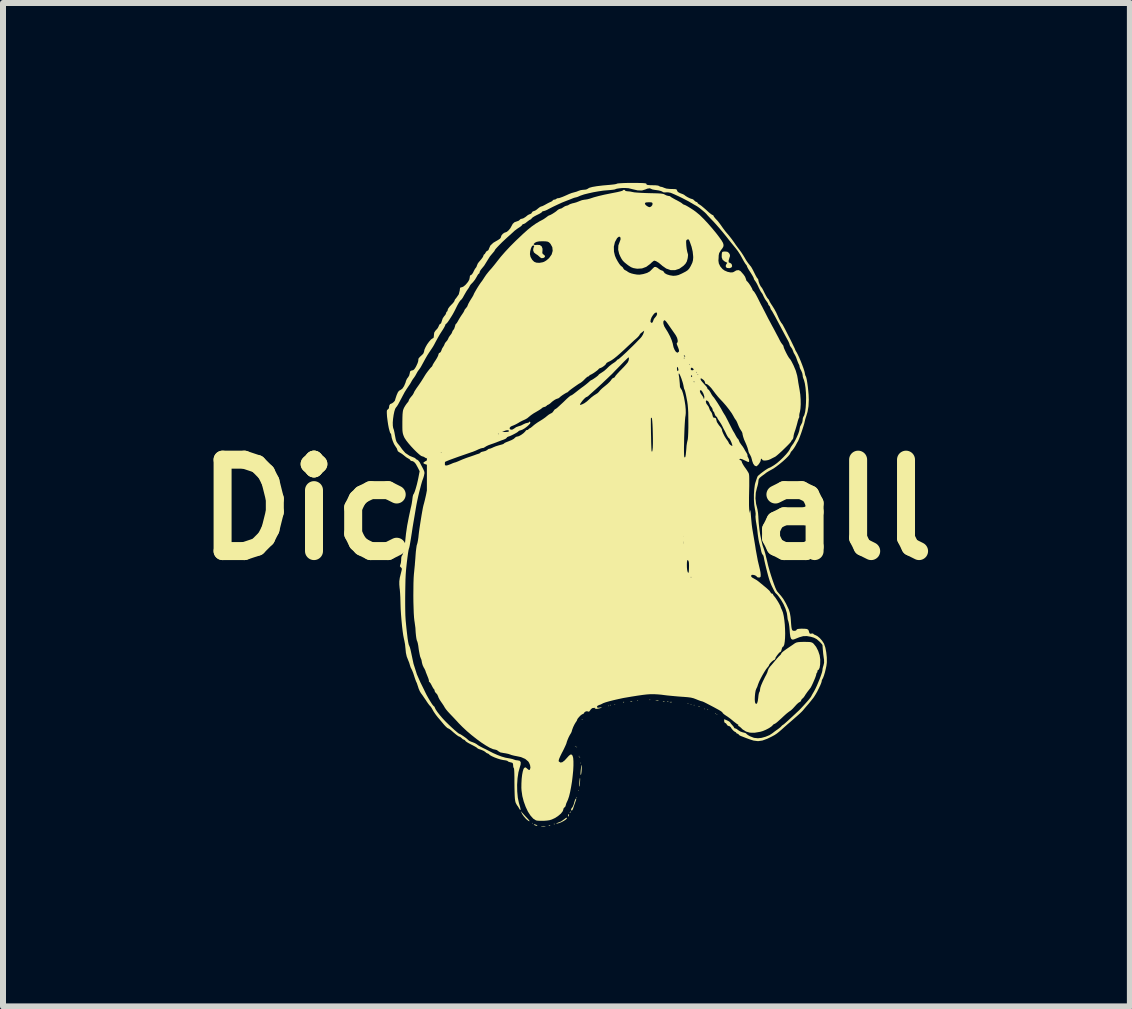
<source format=kicad_pcb>
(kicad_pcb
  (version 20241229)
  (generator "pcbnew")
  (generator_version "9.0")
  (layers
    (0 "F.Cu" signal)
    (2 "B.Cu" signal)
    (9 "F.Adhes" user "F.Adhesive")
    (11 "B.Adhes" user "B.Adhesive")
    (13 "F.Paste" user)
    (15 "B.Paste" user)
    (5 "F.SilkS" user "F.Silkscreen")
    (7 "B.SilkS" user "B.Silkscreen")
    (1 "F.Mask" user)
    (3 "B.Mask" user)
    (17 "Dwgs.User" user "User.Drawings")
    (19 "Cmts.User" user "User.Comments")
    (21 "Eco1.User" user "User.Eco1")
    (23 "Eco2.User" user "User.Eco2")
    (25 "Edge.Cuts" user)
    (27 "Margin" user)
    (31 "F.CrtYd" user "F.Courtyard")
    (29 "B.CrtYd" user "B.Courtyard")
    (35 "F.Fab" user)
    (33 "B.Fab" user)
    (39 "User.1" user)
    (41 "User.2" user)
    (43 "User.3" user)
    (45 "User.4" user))
  (footprint "Dick_small"
    (layer "F.Cu")
    (at 6.394 5.448)
    (property "Reference" "Dick_small" (at 0 0 0) (layer "F.SilkS") (effects (font (size 1.524 1.524) (thickness 0.3))))
    (attr board_only exclude_from_pos_files exclude_from_bom)
    (fp_poly (pts (xy -0.559 5.226) (xy -0.565 5.232) (xy -0.572 5.226) (xy -0.565 5.22)) (stroke (width 0) (type solid)) (fill yes) (layer "F.SilkS"))
    (fp_poly (pts (xy 0.152 3.943) (xy 0.146 3.95) (xy 0.14 3.943) (xy 0.146 3.937)) (stroke (width 0) (type solid)) (fill yes) (layer "F.SilkS"))
    (fp_poly (pts (xy 0.178 3.956) (xy 0.171 3.962) (xy 0.165 3.956) (xy 0.171 3.95)) (stroke (width 0) (type solid)) (fill yes) (layer "F.SilkS"))
    (fp_poly (pts (xy 0.178 4.794) (xy 0.171 4.801) (xy 0.165 4.794) (xy 0.171 4.788)) (stroke (width 0) (type solid)) (fill yes) (layer "F.SilkS"))
    (fp_poly (pts (xy 0.203 4.68) (xy 0.197 4.686) (xy 0.191 4.68) (xy 0.197 4.674)) (stroke (width 0) (type solid)) (fill yes) (layer "F.SilkS"))
    (fp_poly (pts (xy 0.216 4.108) (xy 0.21 4.115) (xy 0.203 4.108) (xy 0.21 4.102)) (stroke (width 0) (type solid)) (fill yes) (layer "F.SilkS"))
    (fp_poly (pts (xy 0.229 4.134) (xy 0.222 4.14) (xy 0.216 4.134) (xy 0.222 4.128)) (stroke (width 0) (type solid)) (fill yes) (layer "F.SilkS"))
    (fp_poly (pts (xy 0.241 4.223) (xy 0.235 4.229) (xy 0.229 4.223) (xy 0.235 4.216)) (stroke (width 0) (type solid)) (fill yes) (layer "F.SilkS"))
    (fp_poly (pts (xy 0.267 3.499) (xy 0.26 3.505) (xy 0.254 3.499) (xy 0.26 3.493)) (stroke (width 0) (type solid)) (fill yes) (layer "F.SilkS"))
    (fp_poly (pts (xy 0.711 3.27) (xy 0.705 3.277) (xy 0.699 3.27) (xy 0.705 3.264)) (stroke (width 0) (type solid)) (fill yes) (layer "F.SilkS"))
    (fp_poly (pts (xy 0.737 3.258) (xy 0.73 3.264) (xy 0.724 3.258) (xy 0.73 3.251)) (stroke (width 0) (type solid)) (fill yes) (layer "F.SilkS"))
    (fp_poly (pts (xy 0.813 3.245) (xy 0.806 3.251) (xy 0.8 3.245) (xy 0.806 3.239)) (stroke (width 0) (type solid)) (fill yes) (layer "F.SilkS"))
    (fp_poly (pts (xy 1.194 3.181) (xy 1.187 3.188) (xy 1.181 3.181) (xy 1.187 3.175)) (stroke (width 0) (type solid)) (fill yes) (layer "F.SilkS"))
    (fp_poly (pts (xy 1.397 3.169) (xy 1.391 3.175) (xy 1.384 3.169) (xy 1.391 3.162)) (stroke (width 0) (type solid)) (fill yes) (layer "F.SilkS"))
    (fp_poly (pts (xy 2.032 3.232) (xy 2.026 3.239) (xy 2.019 3.232) (xy 2.026 3.226)) (stroke (width 0) (type solid)) (fill yes) (layer "F.SilkS"))
    (fp_poly (pts (xy 2.083 3.245) (xy 2.076 3.251) (xy 2.07 3.245) (xy 2.076 3.239)) (stroke (width 0) (type solid)) (fill yes) (layer "F.SilkS"))
    (fp_poly (pts (xy 2.134 3.258) (xy 2.127 3.264) (xy 2.121 3.258) (xy 2.127 3.251)) (stroke (width 0) (type solid)) (fill yes) (layer "F.SilkS"))
    (fp_poly (pts (xy 2.311 3.321) (xy 2.305 3.327) (xy 2.299 3.321) (xy 2.305 3.315)) (stroke (width 0) (type solid)) (fill yes) (layer "F.SilkS"))
    (fp_poly (pts (xy 2.362 3.334) (xy 2.356 3.34) (xy 2.349 3.334) (xy 2.356 3.327)) (stroke (width 0) (type solid)) (fill yes) (layer "F.SilkS"))
    (fp_poly (pts (xy 2.489 3.397) (xy 2.483 3.404) (xy 2.477 3.397) (xy 2.483 3.391)) (stroke (width 0) (type solid)) (fill yes) (layer "F.SilkS"))
    (fp_poly (pts (xy 2.515 3.41) (xy 2.508 3.416) (xy 2.502 3.41) (xy 2.508 3.404)) (stroke (width 0) (type solid)) (fill yes) (layer "F.SilkS"))
    (fp_poly (pts (xy 3.493 2.483) (xy 3.486 2.489) (xy 3.48 2.483) (xy 3.486 2.477)) (stroke (width 0) (type solid)) (fill yes) (layer "F.SilkS"))
    (fp_poly (pts (xy -0.27 5.263) (xy -0.274 5.269) (xy -0.287 5.269) (xy -0.3 5.266) (xy -0.294 5.262) (xy -0.275 5.26)) (stroke (width 0) (type solid)) (fill yes) (layer "F.SilkS"))
    (fp_poly (pts (xy -0.195 5.237) (xy -0.196 5.244) (xy -0.203 5.245) (xy -0.214 5.24) (xy -0.212 5.237) (xy -0.197 5.235)) (stroke (width 0) (type solid)) (fill yes) (layer "F.SilkS"))
    (fp_poly (pts (xy 0.961 3.205) (xy 0.959 3.212) (xy 0.953 3.213) (xy 0.942 3.208) (xy 0.944 3.205) (xy 0.959 3.203)) (stroke (width 0) (type solid)) (fill yes) (layer "F.SilkS"))
    (fp_poly (pts (xy 1.095 3.192) (xy 1.097 3.197) (xy 1.079 3.198) (xy 1.061 3.196) (xy 1.064 3.192) (xy 1.09 3.19)) (stroke (width 0) (type solid)) (fill yes) (layer "F.SilkS"))
    (fp_poly (pts (xy 1.635 3.193) (xy 1.631 3.198) (xy 1.618 3.199) (xy 1.605 3.196) (xy 1.611 3.192) (xy 1.63 3.19)) (stroke (width 0) (type solid)) (fill yes) (layer "F.SilkS"))
    (fp_poly (pts (xy 1.698 3.192) (xy 1.696 3.199) (xy 1.689 3.2) (xy 1.679 3.196) (xy 1.681 3.192) (xy 1.696 3.19)) (stroke (width 0) (type solid)) (fill yes) (layer "F.SilkS"))
    (fp_poly (pts (xy 1.756 3.205) (xy 1.757 3.209) (xy 1.74 3.211) (xy 1.722 3.209) (xy 1.724 3.205) (xy 1.75 3.203)) (stroke (width 0) (type solid)) (fill yes) (layer "F.SilkS"))
    (fp_poly (pts (xy 2.218 3.281) (xy 2.217 3.288) (xy 2.21 3.289) (xy 2.199 3.285) (xy 2.201 3.281) (xy 2.216 3.279)) (stroke (width 0) (type solid)) (fill yes) (layer "F.SilkS"))
    (fp_poly (pts (xy 0.043 5.078) (xy 0.042 5.093) (xy 0.033 5.115) (xy 0.027 5.114) (xy 0.025 5.1) (xy 0.032 5.079) (xy 0.037 5.074)) (stroke (width 0) (type solid)) (fill yes) (layer "F.SilkS"))
    (fp_poly (pts (xy -0.352 5.274) (xy -0.347 5.277) (xy -0.364 5.279) (xy -0.387 5.28) (xy -0.416 5.279) (xy -0.425 5.276) (xy -0.416 5.274) (xy -0.378 5.272)) (stroke (width 0) (type solid)) (fill yes) (layer "F.SilkS"))
    (fp_poly (pts (xy 0.072 5.037) (xy 0.07 5.042) (xy 0.058 5.054) (xy 0.056 5.055) (xy 0.055 5.046) (xy 0.057 5.042) (xy 0.069 5.03) (xy 0.071 5.029)) (stroke (width 0) (type solid)) (fill yes) (layer "F.SilkS"))
    (fp_poly (pts (xy 1.534 3.179) (xy 1.537 3.183) (xy 1.52 3.185) (xy 1.511 3.185) (xy 1.488 3.183) (xy 1.485 3.18) (xy 1.489 3.179) (xy 1.521 3.177)) (stroke (width 0) (type solid)) (fill yes) (layer "F.SilkS"))
    (fp_poly (pts (xy -0.506 5.252) (xy -0.495 5.258) (xy -0.483 5.268) (xy -0.492 5.27) (xy -0.495 5.27) (xy -0.522 5.263) (xy -0.533 5.258) (xy -0.546 5.248) (xy -0.537 5.246) (xy -0.533 5.245)) (stroke (width 0) (type solid)) (fill yes) (layer "F.SilkS"))
    (fp_poly (pts (xy 0.227 4.477) (xy 0.228 4.501) (xy 0.226 4.534) (xy 0.223 4.569) (xy 0.219 4.599) (xy 0.216 4.61) (xy 0.211 4.617) (xy 0.21 4.6) (xy 0.212 4.562) (xy 0.213 4.559) (xy 0.217 4.516) (xy 0.221 4.485) (xy 0.224 4.471)) (stroke (width 0) (type solid)) (fill yes) (layer "F.SilkS"))
    (fp_poly (pts (xy -0.724 5.067) (xy -0.689 5.106) (xy -0.651 5.146) (xy -0.644 5.153) (xy -0.623 5.177) (xy -0.616 5.192) (xy -0.619 5.194) (xy -0.636 5.186) (xy -0.663 5.165) (xy -0.679 5.15) (xy -0.71 5.114) (xy -0.737 5.076) (xy -0.743 5.064) (xy -0.763 5.023)) (stroke (width 0) (type solid)) (fill yes) (layer "F.SilkS"))
    (fp_poly (pts (xy 0.253 4.261) (xy 0.255 4.285) (xy 0.254 4.319) (xy 0.252 4.357) (xy 0.248 4.391) (xy 0.243 4.415) (xy 0.241 4.42) (xy 0.235 4.42) (xy 0.234 4.396) (xy 0.237 4.35) (xy 0.242 4.305) (xy 0.246 4.271) (xy 0.249 4.256) (xy 0.249 4.256)) (stroke (width 0) (type solid)) (fill yes) (layer "F.SilkS"))
    (fp_poly (pts (xy 0.008 5.135) (xy 0.006 5.148) (xy -0.013 5.167) (xy -0.045 5.188) (xy -0.082 5.208) (xy -0.119 5.223) (xy -0.15 5.231) (xy -0.158 5.231) (xy -0.176 5.229) (xy -0.17 5.226) (xy -0.159 5.224) (xy -0.09 5.197) (xy -0.035 5.158) (xy -0.01 5.139) (xy 0.007 5.134)) (stroke (width 0) (type solid)) (fill yes) (layer "F.SilkS"))
    (fp_poly (pts (xy 0.164 4.819) (xy 0.16 4.836) (xy 0.149 4.869) (xy 0.139 4.897) (xy 0.124 4.941) (xy 0.112 4.977) (xy 0.106 4.994) (xy 0.094 5.013) (xy 0.081 5.014) (xy 0.076 4.999) (xy 0.085 4.976) (xy 0.094 4.967) (xy 0.107 4.946) (xy 0.121 4.911) (xy 0.127 4.889) (xy 0.138 4.851) (xy 0.149 4.825) (xy 0.154 4.819) (xy 0.161 4.815)) (stroke (width 0) (type solid)) (fill yes) (layer "F.SilkS"))
    (fp_poly (pts (xy 2.681 -4.301) (xy 2.705 -4.284) (xy 2.713 -4.274) (xy 2.725 -4.25) (xy 2.726 -4.228) (xy 2.715 -4.195) (xy 2.715 -4.194) (xy 2.702 -4.149) (xy 2.706 -4.123) (xy 2.725 -4.115) (xy 2.744 -4.105) (xy 2.756 -4.089) (xy 2.762 -4.059) (xy 2.748 -4.038) (xy 2.719 -4.027) (xy 2.681 -4.03) (xy 2.67 -4.034) (xy 2.656 -4.051) (xy 2.657 -4.078) (xy 2.669 -4.099) (xy 2.68 -4.114) (xy 2.679 -4.118) (xy 2.665 -4.125) (xy 2.638 -4.139) (xy 2.636 -4.14) (xy 2.603 -4.168) (xy 2.588 -4.209) (xy 2.589 -4.263) (xy 2.594 -4.291) (xy 2.607 -4.302) (xy 2.635 -4.305) (xy 2.643 -4.305)) (stroke (width 0) (type solid)) (fill yes) (layer "F.SilkS"))
    (fp_poly (pts (xy 1.179 -5.448) (xy 1.242 -5.447) (xy 1.285 -5.445) (xy 1.313 -5.442) (xy 1.328 -5.438) (xy 1.333 -5.432) (xy 1.333 -5.429) (xy 1.338 -5.419) (xy 1.356 -5.414) (xy 1.39 -5.411) (xy 1.434 -5.41) (xy 1.483 -5.409) (xy 1.521 -5.405) (xy 1.541 -5.399) (xy 1.543 -5.397) (xy 1.561 -5.386) (xy 1.572 -5.385) (xy 1.599 -5.379) (xy 1.63 -5.366) (xy 1.667 -5.354) (xy 1.721 -5.348) (xy 1.753 -5.347) (xy 1.799 -5.346) (xy 1.826 -5.343) (xy 1.839 -5.335) (xy 1.844 -5.321) (xy 1.844 -5.32) (xy 1.857 -5.298) (xy 1.89 -5.28) (xy 1.905 -5.274) (xy 1.94 -5.261) (xy 1.964 -5.249) (xy 1.968 -5.245) (xy 1.986 -5.231) (xy 2.017 -5.212) (xy 2.051 -5.195) (xy 2.08 -5.183) (xy 2.09 -5.182) (xy 2.112 -5.173) (xy 2.13 -5.156) (xy 2.152 -5.137) (xy 2.168 -5.131) (xy 2.183 -5.123) (xy 2.184 -5.118) (xy 2.194 -5.104) (xy 2.219 -5.087) (xy 2.219 -5.087) (xy 2.245 -5.07) (xy 2.281 -5.04) (xy 2.323 -5.004) (xy 2.336 -4.992) (xy 2.374 -4.957) (xy 2.407 -4.931) (xy 2.429 -4.916) (xy 2.434 -4.915) (xy 2.45 -4.906) (xy 2.451 -4.9) (xy 2.46 -4.883) (xy 2.481 -4.857) (xy 2.492 -4.845) (xy 2.523 -4.812) (xy 2.557 -4.768) (xy 2.578 -4.739) (xy 2.608 -4.696) (xy 2.638 -4.656) (xy 2.654 -4.635) (xy 2.712 -4.567) (xy 2.755 -4.512) (xy 2.788 -4.466) (xy 2.794 -4.458) (xy 2.818 -4.422) (xy 2.851 -4.377) (xy 2.882 -4.336) (xy 2.916 -4.289) (xy 2.948 -4.24) (xy 2.969 -4.205) (xy 2.995 -4.16) (xy 3.025 -4.116) (xy 3.067 -4.063) (xy 3.076 -4.053) (xy 3.088 -4.033) (xy 3.108 -3.997) (xy 3.13 -3.953) (xy 3.132 -3.949) (xy 3.153 -3.907) (xy 3.172 -3.873) (xy 3.185 -3.856) (xy 3.186 -3.855) (xy 3.198 -3.837) (xy 3.2 -3.821) (xy 3.206 -3.794) (xy 3.22 -3.759) (xy 3.237 -3.726) (xy 3.251 -3.708) (xy 3.261 -3.695) (xy 3.278 -3.664) (xy 3.298 -3.623) (xy 3.301 -3.617) (xy 3.324 -3.573) (xy 3.344 -3.538) (xy 3.359 -3.518) (xy 3.36 -3.517) (xy 3.376 -3.499) (xy 3.378 -3.491) (xy 3.385 -3.475) (xy 3.402 -3.445) (xy 3.426 -3.407) (xy 3.427 -3.407) (xy 3.465 -3.346) (xy 3.497 -3.287) (xy 3.528 -3.219) (xy 3.536 -3.2) (xy 3.558 -3.155) (xy 3.58 -3.118) (xy 3.595 -3.099) (xy 3.604 -3.086) (xy 3.621 -3.054) (xy 3.645 -3.009) (xy 3.673 -2.954) (xy 3.703 -2.895) (xy 3.734 -2.835) (xy 3.762 -2.778) (xy 3.785 -2.73) (xy 3.802 -2.695) (xy 3.81 -2.677) (xy 3.81 -2.676) (xy 3.816 -2.66) (xy 3.832 -2.632) (xy 3.84 -2.619) (xy 3.858 -2.584) (xy 3.881 -2.535) (xy 3.905 -2.478) (xy 3.929 -2.417) (xy 3.95 -2.36) (xy 3.966 -2.311) (xy 3.974 -2.278) (xy 3.975 -2.27) (xy 3.981 -2.241) (xy 3.989 -2.227) (xy 3.997 -2.207) (xy 4.006 -2.168) (xy 4.015 -2.114) (xy 4.024 -2.05) (xy 4.031 -1.982) (xy 4.037 -1.915) (xy 4.039 -1.854) (xy 4.04 -1.835) (xy 4.035 -1.727) (xy 4.019 -1.632) (xy 4 -1.568) (xy 3.987 -1.53) (xy 3.975 -1.485) (xy 3.974 -1.48) (xy 3.965 -1.441) (xy 3.949 -1.388) (xy 3.93 -1.328) (xy 3.909 -1.266) (xy 3.888 -1.21) (xy 3.871 -1.166) (xy 3.86 -1.143) (xy 3.847 -1.121) (xy 3.828 -1.086) (xy 3.818 -1.067) (xy 3.794 -1.028) (xy 3.77 -0.995) (xy 3.761 -0.985) (xy 3.741 -0.963) (xy 3.734 -0.947) (xy 3.724 -0.926) (xy 3.697 -0.893) (xy 3.658 -0.853) (xy 3.61 -0.809) (xy 3.557 -0.765) (xy 3.504 -0.724) (xy 3.455 -0.689) (xy 3.416 -0.667) (xy 3.376 -0.645) (xy 3.343 -0.625) (xy 3.33 -0.616) (xy 3.307 -0.598) (xy 3.273 -0.573) (xy 3.254 -0.559) (xy 3.221 -0.532) (xy 3.205 -0.509) (xy 3.2 -0.481) (xy 3.2 -0.479) (xy 3.196 -0.444) (xy 3.185 -0.397) (xy 3.175 -0.364) (xy 3.156 -0.282) (xy 3.151 -0.189) (xy 3.161 -0.098) (xy 3.175 -0.044) (xy 3.185 -0.000485) (xy 3.194 0.057) (xy 3.199 0.118) (xy 3.199 0.127) (xy 3.205 0.222) (xy 3.216 0.322) (xy 3.231 0.423) (xy 3.25 0.516) (xy 3.27 0.596) (xy 3.286 0.641) (xy 3.299 0.68) (xy 3.315 0.735) (xy 3.331 0.8) (xy 3.345 0.857) (xy 3.361 0.926) (xy 3.382 1.003) (xy 3.406 1.083) (xy 3.432 1.162) (xy 3.457 1.234) (xy 3.48 1.295) (xy 3.5 1.34) (xy 3.515 1.365) (xy 3.537 1.39) (xy 3.566 1.424) (xy 3.576 1.435) (xy 3.617 1.49) (xy 3.661 1.567) (xy 3.707 1.665) (xy 3.724 1.719) (xy 3.736 1.788) (xy 3.74 1.831) (xy 3.745 1.903) (xy 3.75 1.955) (xy 3.756 1.988) (xy 3.764 2.007) (xy 3.775 2.016) (xy 3.791 2.019) (xy 3.798 2.019) (xy 3.827 2.014) (xy 3.835 2.002) (xy 3.844 1.992) (xy 3.87 1.986) (xy 3.915 1.983) (xy 3.971 1.984) (xy 4.007 1.988) (xy 4.028 1.999) (xy 4.039 2.017) (xy 4.043 2.034) (xy 4.052 2.06) (xy 4.066 2.068) (xy 4.083 2.065) (xy 4.106 2.063) (xy 4.115 2.068) (xy 4.126 2.08) (xy 4.146 2.088) (xy 4.182 2.106) (xy 4.223 2.14) (xy 4.261 2.183) (xy 4.291 2.229) (xy 4.295 2.237) (xy 4.316 2.299) (xy 4.331 2.377) (xy 4.34 2.46) (xy 4.341 2.539) (xy 4.34 2.553) (xy 4.334 2.6) (xy 4.322 2.656) (xy 4.308 2.714) (xy 4.292 2.766) (xy 4.277 2.806) (xy 4.266 2.825) (xy 4.256 2.847) (xy 4.255 2.86) (xy 4.248 2.885) (xy 4.232 2.925) (xy 4.208 2.976) (xy 4.181 3.03) (xy 4.152 3.081) (xy 4.125 3.124) (xy 4.113 3.14) (xy 4.078 3.184) (xy 4.04 3.231) (xy 4.027 3.246) (xy 3.993 3.285) (xy 3.961 3.323) (xy 3.949 3.338) (xy 3.927 3.362) (xy 3.89 3.398) (xy 3.844 3.439) (xy 3.803 3.475) (xy 3.746 3.525) (xy 3.683 3.579) (xy 3.626 3.63) (xy 3.597 3.656) (xy 3.549 3.698) (xy 3.509 3.73) (xy 3.47 3.756) (xy 3.424 3.781) (xy 3.365 3.81) (xy 3.343 3.82) (xy 3.266 3.848) (xy 3.194 3.858) (xy 3.12 3.849) (xy 3.054 3.828) (xy 2.986 3.803) (xy 2.938 3.784) (xy 2.906 3.772) (xy 2.887 3.762) (xy 2.878 3.756) (xy 2.873 3.749) (xy 2.873 3.748) (xy 2.858 3.735) (xy 2.85 3.734) (xy 2.834 3.727) (xy 2.832 3.721) (xy 2.823 3.709) (xy 2.82 3.708) (xy 2.802 3.699) (xy 2.777 3.678) (xy 2.754 3.651) (xy 2.739 3.627) (xy 2.739 3.627) (xy 2.721 3.61) (xy 2.706 3.607) (xy 2.683 3.596) (xy 2.673 3.581) (xy 2.659 3.561) (xy 2.647 3.556) (xy 2.633 3.545) (xy 2.629 3.524) (xy 2.629 3.492) (xy 2.677 3.512) (xy 2.708 3.528) (xy 2.727 3.543) (xy 2.729 3.546) (xy 2.741 3.565) (xy 2.763 3.59) (xy 2.764 3.591) (xy 2.785 3.615) (xy 2.794 3.632) (xy 2.794 3.633) (xy 2.804 3.644) (xy 2.812 3.645) (xy 2.834 3.653) (xy 2.861 3.673) (xy 2.863 3.675) (xy 2.898 3.697) (xy 2.941 3.712) (xy 2.947 3.713) (xy 2.978 3.721) (xy 2.996 3.73) (xy 2.997 3.733) (xy 3.008 3.744) (xy 3.034 3.762) (xy 3.06 3.777) (xy 3.126 3.803) (xy 3.192 3.81) (xy 3.253 3.803) (xy 3.321 3.784) (xy 3.384 3.758) (xy 3.432 3.727) (xy 3.46 3.705) (xy 3.498 3.677) (xy 3.516 3.665) (xy 3.548 3.641) (xy 3.572 3.621) (xy 3.579 3.613) (xy 3.597 3.594) (xy 3.609 3.587) (xy 3.627 3.574) (xy 3.658 3.547) (xy 3.698 3.511) (xy 3.736 3.476) (xy 3.779 3.436) (xy 3.816 3.402) (xy 3.841 3.378) (xy 3.852 3.368) (xy 3.881 3.341) (xy 3.918 3.302) (xy 3.959 3.258) (xy 4 3.212) (xy 4.037 3.17) (xy 4.064 3.136) (xy 4.078 3.116) (xy 4.095 3.083) (xy 4.119 3.042) (xy 4.13 3.023) (xy 4.151 2.983) (xy 4.176 2.93) (xy 4.201 2.87) (xy 4.226 2.809) (xy 4.246 2.753) (xy 4.261 2.707) (xy 4.267 2.678) (xy 4.267 2.675) (xy 4.271 2.643) (xy 4.282 2.603) (xy 4.285 2.595) (xy 4.295 2.551) (xy 4.294 2.501) (xy 4.29 2.476) (xy 4.28 2.402) (xy 4.272 2.312) (xy 4.268 2.256) (xy 4.259 2.242) (xy 4.237 2.217) (xy 4.212 2.192) (xy 4.171 2.157) (xy 4.127 2.134) (xy 4.074 2.118) (xy 4.007 2.106) (xy 3.946 2.108) (xy 3.882 2.126) (xy 3.825 2.149) (xy 3.789 2.163) (xy 3.763 2.165) (xy 3.745 2.151) (xy 3.733 2.119) (xy 3.725 2.067) (xy 3.721 2.01) (xy 3.716 1.953) (xy 3.709 1.904) (xy 3.701 1.868) (xy 3.698 1.858) (xy 3.688 1.827) (xy 3.683 1.787) (xy 3.683 1.782) (xy 3.674 1.722) (xy 3.652 1.65) (xy 3.618 1.573) (xy 3.575 1.499) (xy 3.563 1.483) (xy 3.535 1.443) (xy 3.511 1.413) (xy 3.496 1.398) (xy 3.494 1.397) (xy 3.483 1.386) (xy 3.466 1.358) (xy 3.445 1.317) (xy 3.422 1.271) (xy 3.402 1.224) (xy 3.386 1.182) (xy 3.386 1.181) (xy 3.374 1.142) (xy 3.359 1.089) (xy 3.343 1.027) (xy 3.327 0.963) (xy 3.312 0.901) (xy 3.3 0.848) (xy 3.292 0.808) (xy 3.289 0.788) (xy 3.28 0.76) (xy 3.271 0.75) (xy 3.258 0.729) (xy 3.247 0.694) (xy 3.245 0.682) (xy 3.235 0.633) (xy 3.221 0.583) (xy 3.22 0.578) (xy 3.211 0.543) (xy 3.201 0.491) (xy 3.192 0.431) (xy 3.188 0.4) (xy 3.181 0.336) (xy 3.172 0.272) (xy 3.163 0.218) (xy 3.16 0.201) (xy 3.154 0.154) (xy 3.151 0.113) (xy 3.153 0.094) (xy 3.154 0.063) (xy 3.148 0.019) (xy 3.142 -0.011) (xy 3.131 -0.081) (xy 3.125 -0.165) (xy 3.125 -0.256) (xy 3.131 -0.343) (xy 3.141 -0.418) (xy 3.148 -0.446) (xy 3.163 -0.493) (xy 3.177 -0.533) (xy 3.186 -0.556) (xy 3.202 -0.573) (xy 3.231 -0.598) (xy 3.27 -0.628) (xy 3.31 -0.657) (xy 3.347 -0.681) (xy 3.374 -0.696) (xy 3.383 -0.699) (xy 3.397 -0.705) (xy 3.427 -0.722) (xy 3.463 -0.744) (xy 3.51 -0.778) (xy 3.561 -0.822) (xy 3.613 -0.872) (xy 3.66 -0.922) (xy 3.697 -0.967) (xy 3.72 -1.002) (xy 3.722 -1.006) (xy 3.74 -1.043) (xy 3.761 -1.074) (xy 3.785 -1.107) (xy 3.812 -1.154) (xy 3.839 -1.209) (xy 3.863 -1.263) (xy 3.879 -1.309) (xy 3.886 -1.342) (xy 3.886 -1.343) (xy 3.894 -1.385) (xy 3.912 -1.419) (xy 3.93 -1.455) (xy 3.937 -1.491) (xy 3.94 -1.523) (xy 3.947 -1.544) (xy 3.965 -1.578) (xy 3.979 -1.632) (xy 3.988 -1.702) (xy 3.993 -1.782) (xy 3.995 -1.867) (xy 3.992 -1.953) (xy 3.985 -2.034) (xy 3.974 -2.106) (xy 3.959 -2.164) (xy 3.949 -2.187) (xy 3.94 -2.217) (xy 3.937 -2.245) (xy 3.93 -2.279) (xy 3.914 -2.317) (xy 3.912 -2.321) (xy 3.895 -2.354) (xy 3.886 -2.382) (xy 3.886 -2.385) (xy 3.881 -2.411) (xy 3.876 -2.42) (xy 3.867 -2.438) (xy 3.853 -2.472) (xy 3.842 -2.502) (xy 3.827 -2.544) (xy 3.811 -2.577) (xy 3.803 -2.591) (xy 3.788 -2.617) (xy 3.777 -2.647) (xy 3.762 -2.682) (xy 3.745 -2.707) (xy 3.727 -2.732) (xy 3.721 -2.75) (xy 3.715 -2.772) (xy 3.7 -2.806) (xy 3.684 -2.836) (xy 3.66 -2.88) (xy 3.63 -2.936) (xy 3.6 -2.992) (xy 3.597 -2.997) (xy 3.547 -3.092) (xy 3.507 -3.167) (xy 3.476 -3.225) (xy 3.453 -3.266) (xy 3.437 -3.295) (xy 3.426 -3.314) (xy 3.419 -3.324) (xy 3.415 -3.328) (xy 3.405 -3.344) (xy 3.397 -3.369) (xy 3.387 -3.394) (xy 3.377 -3.404) (xy 3.367 -3.414) (xy 3.365 -3.422) (xy 3.358 -3.443) (xy 3.339 -3.471) (xy 3.335 -3.476) (xy 3.31 -3.512) (xy 3.287 -3.555) (xy 3.284 -3.562) (xy 3.269 -3.595) (xy 3.255 -3.616) (xy 3.252 -3.619) (xy 3.242 -3.633) (xy 3.225 -3.664) (xy 3.204 -3.706) (xy 3.201 -3.714) (xy 3.179 -3.759) (xy 3.158 -3.796) (xy 3.143 -3.818) (xy 3.142 -3.819) (xy 3.127 -3.842) (xy 3.124 -3.853) (xy 3.118 -3.871) (xy 3.1 -3.904) (xy 3.075 -3.945) (xy 3.067 -3.957) (xy 3.04 -3.999) (xy 3.02 -4.034) (xy 3.01 -4.056) (xy 3.01 -4.059) (xy 3.001 -4.079) (xy 2.992 -4.088) (xy 2.979 -4.106) (xy 2.958 -4.14) (xy 2.934 -4.183) (xy 2.928 -4.195) (xy 2.896 -4.252) (xy 2.858 -4.311) (xy 2.822 -4.358) (xy 2.791 -4.396) (xy 2.749 -4.447) (xy 2.703 -4.505) (xy 2.657 -4.564) (xy 2.655 -4.566) (xy 2.604 -4.629) (xy 2.547 -4.696) (xy 2.491 -4.76) (xy 2.449 -4.806) (xy 2.409 -4.847) (xy 2.376 -4.882) (xy 2.354 -4.906) (xy 2.346 -4.915) (xy 2.332 -4.932) (xy 2.303 -4.96) (xy 2.265 -4.992) (xy 2.226 -5.024) (xy 2.189 -5.051) (xy 2.165 -5.066) (xy 2.124 -5.089) (xy 2.084 -5.113) (xy 2.076 -5.117) (xy 2.038 -5.14) (xy 1.986 -5.167) (xy 1.926 -5.198) (xy 1.864 -5.228) (xy 1.807 -5.254) (xy 1.761 -5.274) (xy 1.736 -5.284) (xy 1.696 -5.291) (xy 1.66 -5.291) (xy 1.655 -5.29) (xy 1.618 -5.291) (xy 1.601 -5.301) (xy 1.577 -5.313) (xy 1.538 -5.323) (xy 1.504 -5.328) (xy 1.462 -5.334) (xy 1.429 -5.341) (xy 1.417 -5.347) (xy 1.389 -5.359) (xy 1.348 -5.353) (xy 1.314 -5.339) (xy 1.258 -5.322) (xy 1.187 -5.324) (xy 1.099 -5.344) (xy 1.097 -5.345) (xy 1.035 -5.36) (xy 0.973 -5.364) (xy 0.925 -5.363) (xy 0.878 -5.358) (xy 0.839 -5.352) (xy 0.818 -5.345) (xy 0.817 -5.344) (xy 0.798 -5.338) (xy 0.761 -5.333) (xy 0.711 -5.328) (xy 0.684 -5.326) (xy 0.614 -5.32) (xy 0.533 -5.308) (xy 0.448 -5.293) (xy 0.367 -5.275) (xy 0.294 -5.257) (xy 0.238 -5.238) (xy 0.221 -5.231) (xy 0.187 -5.216) (xy 0.161 -5.208) (xy 0.155 -5.207) (xy 0.134 -5.202) (xy 0.103 -5.191) (xy 0.099 -5.189) (xy 0.064 -5.175) (xy 0.017 -5.157) (xy -0.019 -5.143) (xy -0.076 -5.12) (xy -0.146 -5.088) (xy -0.222 -5.052) (xy -0.293 -5.016) (xy -0.324 -4.999) (xy -0.357 -4.985) (xy -0.383 -4.978) (xy -0.384 -4.978) (xy -0.403 -4.973) (xy -0.406 -4.966) (xy -0.417 -4.955) (xy -0.445 -4.937) (xy -0.485 -4.917) (xy -0.49 -4.915) (xy -0.532 -4.893) (xy -0.564 -4.873) (xy -0.579 -4.858) (xy -0.58 -4.857) (xy -0.593 -4.841) (xy -0.6 -4.839) (xy -0.616 -4.831) (xy -0.643 -4.811) (xy -0.656 -4.801) (xy -0.686 -4.777) (xy -0.711 -4.764) (xy -0.718 -4.763) (xy -0.735 -4.756) (xy -0.737 -4.75) (xy -0.747 -4.737) (xy -0.772 -4.716) (xy -0.791 -4.704) (xy -0.827 -4.68) (xy -0.857 -4.657) (xy -0.866 -4.65) (xy -0.885 -4.632) (xy -0.917 -4.603) (xy -0.957 -4.567) (xy -0.973 -4.553) (xy -1.023 -4.507) (xy -1.073 -4.46) (xy -1.118 -4.415) (xy -1.155 -4.376) (xy -1.182 -4.346) (xy -1.194 -4.329) (xy -1.194 -4.328) (xy -1.202 -4.312) (xy -1.216 -4.295) (xy -1.275 -4.225) (xy -1.32 -4.153) (xy -1.372 -4.069) (xy -1.429 -3.999) (xy -1.444 -3.974) (xy -1.448 -3.958) (xy -1.454 -3.94) (xy -1.459 -3.937) (xy -1.471 -3.927) (xy -1.488 -3.9) (xy -1.498 -3.881) (xy -1.525 -3.836) (xy -1.559 -3.793) (xy -1.569 -3.783) (xy -1.595 -3.756) (xy -1.61 -3.735) (xy -1.613 -3.73) (xy -1.62 -3.714) (xy -1.637 -3.687) (xy -1.643 -3.679) (xy -1.667 -3.644) (xy -1.693 -3.599) (xy -1.709 -3.571) (xy -1.73 -3.533) (xy -1.75 -3.506) (xy -1.761 -3.496) (xy -1.774 -3.482) (xy -1.795 -3.451) (xy -1.819 -3.408) (xy -1.83 -3.386) (xy -1.858 -3.329) (xy -1.88 -3.287) (xy -1.899 -3.253) (xy -1.92 -3.219) (xy -1.946 -3.178) (xy -1.954 -3.165) (xy -1.978 -3.13) (xy -1.998 -3.106) (xy -2.008 -3.099) (xy -2.018 -3.089) (xy -2.019 -3.082) (xy -2.026 -3.064) (xy -2.043 -3.032) (xy -2.068 -2.991) (xy -2.073 -2.984) (xy -2.112 -2.923) (xy -2.147 -2.862) (xy -2.185 -2.792) (xy -2.207 -2.75) (xy -2.226 -2.717) (xy -2.253 -2.676) (xy -2.268 -2.654) (xy -2.294 -2.615) (xy -2.322 -2.571) (xy -2.353 -2.517) (xy -2.391 -2.447) (xy -2.407 -2.418) (xy -2.429 -2.378) (xy -2.452 -2.344) (xy -2.462 -2.331) (xy -2.484 -2.3) (xy -2.502 -2.267) (xy -2.522 -2.231) (xy -2.541 -2.203) (xy -2.562 -2.175) (xy -2.584 -2.139) (xy -2.586 -2.134) (xy -2.61 -2.093) (xy -2.639 -2.051) (xy -2.643 -2.045) (xy -2.669 -2.006) (xy -2.698 -1.96) (xy -2.71 -1.937) (xy -2.731 -1.898) (xy -2.747 -1.867) (xy -2.754 -1.854) (xy -2.768 -1.828) (xy -2.779 -1.807) (xy -2.807 -1.755) (xy -2.827 -1.723) (xy -2.84 -1.708) (xy -2.856 -1.682) (xy -2.87 -1.637) (xy -2.882 -1.579) (xy -2.891 -1.516) (xy -2.896 -1.455) (xy -2.895 -1.401) (xy -2.889 -1.362) (xy -2.886 -1.355) (xy -2.877 -1.329) (xy -2.868 -1.287) (xy -2.859 -1.236) (xy -2.858 -1.232) (xy -2.847 -1.175) (xy -2.834 -1.135) (xy -2.814 -1.105) (xy -2.809 -1.099) (xy -2.779 -1.063) (xy -2.749 -1.021) (xy -2.739 -1.007) (xy -2.686 -0.946) (xy -2.614 -0.898) (xy -2.562 -0.877) (xy -2.532 -0.865) (xy -2.516 -0.854) (xy -2.515 -0.851) (xy -2.504 -0.84) (xy -2.49 -0.835) (xy -2.47 -0.82) (xy -2.447 -0.791) (xy -2.441 -0.779) (xy -2.418 -0.735) (xy -2.393 -0.687) (xy -2.388 -0.677) (xy -2.372 -0.641) (xy -2.367 -0.612) (xy -2.374 -0.576) (xy -2.375 -0.569) (xy -2.387 -0.529) (xy -2.399 -0.496) (xy -2.402 -0.489) (xy -2.41 -0.463) (xy -2.423 -0.418) (xy -2.438 -0.36) (xy -2.455 -0.295) (xy -2.471 -0.227) (xy -2.485 -0.163) (xy -2.496 -0.109) (xy -2.5 -0.089) (xy -2.512 -0.021) (xy -2.525 0.057) (xy -2.539 0.14) (xy -2.553 0.221) (xy -2.565 0.294) (xy -2.574 0.353) (xy -2.578 0.381) (xy -2.593 0.476) (xy -2.605 0.548) (xy -2.614 0.6) (xy -2.622 0.635) (xy -2.627 0.649) (xy -2.634 0.678) (xy -2.642 0.727) (xy -2.651 0.795) (xy -2.661 0.876) (xy -2.671 0.967) (xy -2.675 1.01) (xy -2.68 1.075) (xy -2.684 1.159) (xy -2.686 1.256) (xy -2.688 1.361) (xy -2.689 1.469) (xy -2.689 1.575) (xy -2.688 1.674) (xy -2.686 1.76) (xy -2.682 1.829) (xy -2.68 1.854) (xy -2.668 1.976) (xy -2.657 2.073) (xy -2.648 2.149) (xy -2.639 2.205) (xy -2.631 2.244) (xy -2.623 2.265) (xy -2.622 2.267) (xy -2.611 2.293) (xy -2.6 2.334) (xy -2.591 2.375) (xy -2.55 2.568) (xy -2.494 2.744) (xy -2.434 2.881) (xy -2.406 2.937) (xy -2.376 2.998) (xy -2.355 3.042) (xy -2.332 3.088) (xy -2.304 3.138) (xy -2.275 3.187) (xy -2.248 3.23) (xy -2.226 3.261) (xy -2.211 3.276) (xy -2.209 3.277) (xy -2.199 3.287) (xy -2.193 3.305) (xy -2.179 3.332) (xy -2.152 3.372) (xy -2.114 3.421) (xy -2.069 3.474) (xy -2.02 3.527) (xy -2.005 3.542) (xy -1.957 3.589) (xy -1.909 3.634) (xy -1.864 3.675) (xy -1.826 3.707) (xy -1.8 3.728) (xy -1.789 3.734) (xy -1.772 3.741) (xy -1.743 3.759) (xy -1.707 3.783) (xy -1.673 3.808) (xy -1.647 3.83) (xy -1.636 3.841) (xy -1.619 3.854) (xy -1.587 3.868) (xy -1.572 3.873) (xy -1.532 3.889) (xy -1.499 3.907) (xy -1.492 3.913) (xy -1.468 3.93) (xy -1.429 3.952) (xy -1.391 3.972) (xy -1.347 3.993) (xy -1.31 4.012) (xy -1.289 4.023) (xy -1.223 4.057) (xy -1.15 4.089) (xy -1.079 4.116) (xy -1.016 4.134) (xy -0.983 4.14) (xy -0.937 4.148) (xy -0.898 4.157) (xy -0.879 4.164) (xy -0.846 4.175) (xy -0.817 4.178) (xy -0.781 4.185) (xy -0.763 4.207) (xy -0.764 4.246) (xy -0.778 4.294) (xy -0.801 4.377) (xy -0.816 4.478) (xy -0.823 4.587) (xy -0.821 4.698) (xy -0.811 4.802) (xy -0.792 4.893) (xy -0.788 4.906) (xy -0.773 4.957) (xy -0.766 4.991) (xy -0.767 5.008) (xy -0.774 5.005) (xy -0.788 4.983) (xy -0.803 4.956) (xy -0.814 4.94) (xy -0.814 4.94) (xy -0.825 4.926) (xy -0.84 4.898) (xy -0.842 4.894) (xy -0.85 4.876) (xy -0.855 4.852) (xy -0.86 4.818) (xy -0.863 4.772) (xy -0.865 4.712) (xy -0.867 4.633) (xy -0.868 4.534) (xy -0.868 4.461) (xy -0.869 4.401) (xy -0.871 4.352) (xy -0.874 4.319) (xy -0.878 4.305) (xy -0.878 4.305) (xy -0.886 4.294) (xy -0.889 4.267) (xy -0.889 4.262) (xy -0.892 4.233) (xy -0.905 4.218) (xy -0.933 4.211) (xy -0.963 4.203) (xy -0.977 4.194) (xy -0.978 4.192) (xy -0.989 4.185) (xy -1.019 4.178) (xy -1.055 4.173) (xy -1.098 4.164) (xy -1.147 4.149) (xy -1.198 4.13) (xy -1.244 4.109) (xy -1.278 4.09) (xy -1.293 4.075) (xy -1.308 4.065) (xy -1.314 4.064) (xy -1.334 4.055) (xy -1.351 4.04) (xy -1.377 4.022) (xy -1.415 4.005) (xy -1.429 4) (xy -1.463 3.989) (xy -1.483 3.978) (xy -1.486 3.975) (xy -1.497 3.965) (xy -1.525 3.948) (xy -1.566 3.926) (xy -1.582 3.918) (xy -1.627 3.894) (xy -1.663 3.873) (xy -1.683 3.857) (xy -1.685 3.853) (xy -1.7 3.837) (xy -1.708 3.835) (xy -1.727 3.827) (xy -1.746 3.81) (xy -1.768 3.791) (xy -1.783 3.784) (xy -1.803 3.776) (xy -1.837 3.751) (xy -1.882 3.714) (xy -1.92 3.68) (xy -1.948 3.658) (xy -1.97 3.646) (xy -1.974 3.645) (xy -1.989 3.636) (xy -2.015 3.612) (xy -2.039 3.586) (xy -2.076 3.542) (xy -2.118 3.492) (xy -2.144 3.462) (xy -2.179 3.417) (xy -2.212 3.369) (xy -2.23 3.338) (xy -2.249 3.304) (xy -2.265 3.28) (xy -2.271 3.275) (xy -2.282 3.263) (xy -2.304 3.235) (xy -2.331 3.196) (xy -2.34 3.181) (xy -2.372 3.135) (xy -2.401 3.092) (xy -2.424 3.061) (xy -2.427 3.057) (xy -2.447 3.023) (xy -2.466 2.978) (xy -2.473 2.955) (xy -2.486 2.916) (xy -2.496 2.886) (xy -2.501 2.877) (xy -2.509 2.859) (xy -2.522 2.824) (xy -2.537 2.779) (xy -2.54 2.769) (xy -2.556 2.721) (xy -2.572 2.681) (xy -2.584 2.656) (xy -2.585 2.654) (xy -2.598 2.629) (xy -2.609 2.594) (xy -2.61 2.591) (xy -2.623 2.548) (xy -2.641 2.504) (xy -2.642 2.501) (xy -2.663 2.448) (xy -2.677 2.385) (xy -2.685 2.304) (xy -2.686 2.297) (xy -2.691 2.246) (xy -2.702 2.187) (xy -2.711 2.146) (xy -2.721 2.096) (xy -2.731 2.026) (xy -2.741 1.942) (xy -2.75 1.848) (xy -2.758 1.751) (xy -2.764 1.656) (xy -2.767 1.569) (xy -2.768 1.528) (xy -2.77 1.46) (xy -2.774 1.388) (xy -2.779 1.326) (xy -2.782 1.306) (xy -2.787 1.247) (xy -2.787 1.193) (xy -2.779 1.135) (xy -2.762 1.066) (xy -2.755 1.038) (xy -2.746 1.001) (xy -2.745 0.98) (xy -2.754 0.967) (xy -2.761 0.961) (xy -2.777 0.943) (xy -2.772 0.921) (xy -2.77 0.917) (xy -2.761 0.888) (xy -2.756 0.847) (xy -2.756 0.833) (xy -2.754 0.798) (xy -2.748 0.774) (xy -2.745 0.769) (xy -2.733 0.751) (xy -2.721 0.713) (xy -2.709 0.661) (xy -2.698 0.601) (xy -2.69 0.538) (xy -2.687 0.508) (xy -2.675 0.396) (xy -2.656 0.266) (xy -2.628 0.121) (xy -2.595 -0.033) (xy -2.589 -0.057) (xy -2.58 -0.101) (xy -2.572 -0.153) (xy -2.569 -0.178) (xy -2.564 -0.217) (xy -2.557 -0.246) (xy -2.553 -0.254) (xy -2.542 -0.272) (xy -2.527 -0.309) (xy -2.511 -0.36) (xy -2.494 -0.421) (xy -2.479 -0.485) (xy -2.47 -0.527) (xy -2.448 -0.642) (xy -2.483 -0.711) (xy -2.513 -0.765) (xy -2.541 -0.797) (xy -2.568 -0.811) (xy -2.581 -0.812) (xy -2.6 -0.819) (xy -2.603 -0.826) (xy -2.614 -0.84) (xy -2.637 -0.854) (xy -2.669 -0.873) (xy -2.703 -0.9) (xy -2.707 -0.904) (xy -2.742 -0.931) (xy -2.778 -0.953) (xy -2.782 -0.955) (xy -2.81 -0.974) (xy -2.819 -0.995) (xy -2.827 -1.02) (xy -2.847 -1.051) (xy -2.851 -1.056) (xy -2.874 -1.093) (xy -2.896 -1.144) (xy -2.913 -1.197) (xy -2.921 -1.242) (xy -2.921 -1.247) (xy -2.926 -1.266) (xy -2.931 -1.27) (xy -2.94 -1.282) (xy -2.95 -1.314) (xy -2.962 -1.36) (xy -2.973 -1.417) (xy -2.982 -1.478) (xy -2.99 -1.539) (xy -2.992 -1.559) (xy -2.995 -1.611) (xy -2.995 -1.644) (xy -2.991 -1.662) (xy -2.981 -1.67) (xy -2.979 -1.671) (xy -2.962 -1.689) (xy -2.959 -1.702) (xy -2.954 -1.738) (xy -2.94 -1.761) (xy -2.929 -1.766) (xy -2.908 -1.774) (xy -2.883 -1.793) (xy -2.863 -1.815) (xy -2.858 -1.827) (xy -2.853 -1.846) (xy -2.842 -1.879) (xy -2.831 -1.912) (xy -2.811 -1.957) (xy -2.792 -1.983) (xy -2.768 -1.996) (xy -2.737 -2.018) (xy -2.708 -2.061) (xy -2.684 -2.117) (xy -2.675 -2.149) (xy -2.659 -2.184) (xy -2.641 -2.207) (xy -2.623 -2.236) (xy -2.613 -2.274) (xy -2.613 -2.274) (xy -2.607 -2.305) (xy -2.592 -2.318) (xy -2.574 -2.322) (xy -2.553 -2.328) (xy -2.534 -2.346) (xy -2.512 -2.38) (xy -2.501 -2.402) (xy -2.482 -2.444) (xy -2.471 -2.48) (xy -2.47 -2.5) (xy -2.466 -2.522) (xy -2.442 -2.55) (xy -2.426 -2.564) (xy -2.389 -2.6) (xy -2.375 -2.632) (xy -2.375 -2.634) (xy -2.368 -2.668) (xy -2.349 -2.711) (xy -2.323 -2.757) (xy -2.292 -2.8) (xy -2.262 -2.835) (xy -2.236 -2.855) (xy -2.226 -2.858) (xy -2.214 -2.87) (xy -2.21 -2.906) (xy -2.21 -2.91) (xy -2.205 -2.952) (xy -2.187 -2.982) (xy -2.174 -2.996) (xy -2.147 -3.027) (xy -2.13 -3.06) (xy -2.129 -3.064) (xy -2.117 -3.089) (xy -2.103 -3.099) (xy -2.09 -3.11) (xy -2.08 -3.141) (xy -2.078 -3.147) (xy -2.063 -3.191) (xy -2.039 -3.226) (xy -2.017 -3.253) (xy -2.007 -3.277) (xy -2.007 -3.279) (xy -2.001 -3.298) (xy -1.994 -3.302) (xy -1.984 -3.313) (xy -1.981 -3.33) (xy -1.972 -3.354) (xy -1.947 -3.388) (xy -1.924 -3.412) (xy -1.894 -3.443) (xy -1.873 -3.47) (xy -1.867 -3.484) (xy -1.859 -3.505) (xy -1.838 -3.53) (xy -1.836 -3.533) (xy -1.796 -3.59) (xy -1.779 -3.656) (xy -1.778 -3.671) (xy -1.774 -3.698) (xy -1.759 -3.708) (xy -1.749 -3.708) (xy -1.722 -3.718) (xy -1.69 -3.743) (xy -1.68 -3.753) (xy -1.642 -3.798) (xy -1.621 -3.835) (xy -1.613 -3.869) (xy -1.613 -3.879) (xy -1.607 -3.905) (xy -1.594 -3.912) (xy -1.578 -3.922) (xy -1.559 -3.949) (xy -1.55 -3.968) (xy -1.533 -4.002) (xy -1.518 -4.026) (xy -1.513 -4.031) (xy -1.501 -4.048) (xy -1.493 -4.071) (xy -1.478 -4.106) (xy -1.463 -4.126) (xy -1.419 -4.178) (xy -1.393 -4.214) (xy -1.384 -4.237) (xy -1.378 -4.253) (xy -1.374 -4.255) (xy -1.361 -4.265) (xy -1.349 -4.286) (xy -1.332 -4.31) (xy -1.316 -4.318) (xy -1.301 -4.329) (xy -1.292 -4.353) (xy -1.269 -4.404) (xy -1.222 -4.449) (xy -1.194 -4.466) (xy -1.144 -4.495) (xy -1.112 -4.516) (xy -1.097 -4.533) (xy -1.092 -4.549) (xy -1.092 -4.549) (xy -1.083 -4.574) (xy -1.06 -4.601) (xy -1.033 -4.619) (xy -1.02 -4.623) (xy -0.994 -4.633) (xy -0.964 -4.659) (xy -0.936 -4.693) (xy -0.92 -4.722) (xy -0.896 -4.766) (xy -0.867 -4.793) (xy -0.827 -4.807) (xy -0.797 -4.818) (xy -0.779 -4.833) (xy -0.779 -4.834) (xy -0.762 -4.848) (xy -0.743 -4.851) (xy -0.716 -4.86) (xy -0.683 -4.881) (xy -0.673 -4.889) (xy -0.643 -4.913) (xy -0.616 -4.926) (xy -0.609 -4.928) (xy -0.587 -4.938) (xy -0.578 -4.953) (xy -0.561 -4.974) (xy -0.546 -4.978) (xy -0.522 -4.987) (xy -0.492 -5.007) (xy -0.481 -5.017) (xy -0.452 -5.04) (xy -0.43 -5.053) (xy -0.425 -5.055) (xy -0.406 -5.06) (xy -0.374 -5.075) (xy -0.354 -5.086) (xy -0.314 -5.108) (xy -0.276 -5.127) (xy -0.264 -5.132) (xy -0.239 -5.145) (xy -0.229 -5.157) (xy -0.218 -5.167) (xy -0.204 -5.169) (xy -0.18 -5.175) (xy -0.171 -5.182) (xy -0.154 -5.192) (xy -0.138 -5.194) (xy -0.122 -5.196) (xy -0.098 -5.204) (xy -0.062 -5.217) (xy -0.011 -5.239) (xy 0.047 -5.265) (xy 0.089 -5.281) (xy 0.129 -5.292) (xy 0.169 -5.303) (xy 0.203 -5.317) (xy 0.237 -5.328) (xy 0.279 -5.334) (xy 0.287 -5.334) (xy 0.326 -5.338) (xy 0.352 -5.349) (xy 0.355 -5.352) (xy 0.38 -5.367) (xy 0.43 -5.381) (xy 0.505 -5.394) (xy 0.605 -5.406) (xy 0.731 -5.417) (xy 0.749 -5.419) (xy 0.794 -5.424) (xy 0.828 -5.43) (xy 0.844 -5.437) (xy 0.86 -5.44) (xy 0.897 -5.443) (xy 0.951 -5.446) (xy 1.018 -5.448) (xy 1.094 -5.448) (xy 1.095 -5.448)) (stroke (width 0) (type solid)) (fill yes) (layer "F.SilkS"))
    (fp_poly (pts (xy 0.969 -5.332) (xy 0.978 -5.321) (xy 0.989 -5.313) (xy 1.016 -5.309) (xy 1.019 -5.309) (xy 1.062 -5.305) (xy 1.105 -5.296) (xy 1.132 -5.291) (xy 1.179 -5.287) (xy 1.242 -5.283) (xy 1.314 -5.28) (xy 1.379 -5.278) (xy 1.465 -5.276) (xy 1.529 -5.274) (xy 1.575 -5.271) (xy 1.607 -5.266) (xy 1.628 -5.26) (xy 1.639 -5.253) (xy 1.672 -5.238) (xy 1.698 -5.232) (xy 1.723 -5.228) (xy 1.733 -5.221) (xy 1.747 -5.21) (xy 1.778 -5.192) (xy 1.819 -5.169) (xy 1.832 -5.163) (xy 1.876 -5.139) (xy 1.911 -5.119) (xy 1.931 -5.104) (xy 1.932 -5.102) (xy 1.952 -5.088) (xy 1.962 -5.085) (xy 1.985 -5.076) (xy 2.023 -5.055) (xy 2.07 -5.026) (xy 2.121 -4.993) (xy 2.165 -4.96) (xy 2.222 -4.913) (xy 2.288 -4.848) (xy 2.36 -4.771) (xy 2.433 -4.687) (xy 2.505 -4.599) (xy 2.545 -4.546) (xy 2.586 -4.489) (xy 2.61 -4.447) (xy 2.619 -4.413) (xy 2.614 -4.383) (xy 2.595 -4.352) (xy 2.577 -4.33) (xy 2.546 -4.279) (xy 2.538 -4.242) (xy 2.536 -4.195) (xy 2.533 -4.153) (xy 2.54 -4.106) (xy 2.564 -4.056) (xy 2.602 -4.012) (xy 2.635 -3.988) (xy 2.686 -3.966) (xy 2.735 -3.956) (xy 2.774 -3.958) (xy 2.792 -3.967) (xy 2.831 -3.99) (xy 2.869 -3.995) (xy 2.9 -3.98) (xy 2.902 -3.978) (xy 2.927 -3.95) (xy 2.953 -3.92) (xy 2.977 -3.885) (xy 2.991 -3.849) (xy 2.999 -3.822) (xy 3.008 -3.81) (xy 3.009 -3.81) (xy 3.02 -3.8) (xy 3.04 -3.775) (xy 3.062 -3.743) (xy 3.082 -3.709) (xy 3.096 -3.683) (xy 3.099 -3.672) (xy 3.108 -3.654) (xy 3.115 -3.649) (xy 3.133 -3.628) (xy 3.159 -3.586) (xy 3.191 -3.525) (xy 3.213 -3.48) (xy 3.232 -3.442) (xy 3.247 -3.412) (xy 3.252 -3.404) (xy 3.263 -3.384) (xy 3.281 -3.348) (xy 3.304 -3.304) (xy 3.308 -3.296) (xy 3.332 -3.249) (xy 3.363 -3.188) (xy 3.399 -3.121) (xy 3.434 -3.055) (xy 3.435 -3.054) (xy 3.469 -2.991) (xy 3.502 -2.928) (xy 3.531 -2.874) (xy 3.551 -2.834) (xy 3.552 -2.832) (xy 3.573 -2.793) (xy 3.593 -2.764) (xy 3.603 -2.752) (xy 3.617 -2.732) (xy 3.619 -2.719) (xy 3.625 -2.698) (xy 3.64 -2.663) (xy 3.66 -2.621) (xy 3.682 -2.579) (xy 3.703 -2.543) (xy 3.718 -2.521) (xy 3.723 -2.517) (xy 3.733 -2.504) (xy 3.751 -2.474) (xy 3.773 -2.431) (xy 3.786 -2.405) (xy 3.822 -2.32) (xy 3.846 -2.236) (xy 3.856 -2.181) (xy 3.865 -2.119) (xy 3.876 -2.057) (xy 3.885 -2.006) (xy 3.887 -1.994) (xy 3.898 -1.919) (xy 3.904 -1.838) (xy 3.905 -1.758) (xy 3.901 -1.689) (xy 3.893 -1.636) (xy 3.892 -1.634) (xy 3.883 -1.596) (xy 3.88 -1.568) (xy 3.881 -1.56) (xy 3.881 -1.541) (xy 3.876 -1.533) (xy 3.867 -1.513) (xy 3.856 -1.477) (xy 3.849 -1.448) (xy 3.834 -1.393) (xy 3.817 -1.336) (xy 3.809 -1.314) (xy 3.795 -1.271) (xy 3.786 -1.232) (xy 3.785 -1.217) (xy 3.778 -1.186) (xy 3.766 -1.168) (xy 3.75 -1.15) (xy 3.747 -1.141) (xy 3.738 -1.127) (xy 3.714 -1.1) (xy 3.679 -1.064) (xy 3.637 -1.023) (xy 3.593 -0.98) (xy 3.55 -0.941) (xy 3.512 -0.908) (xy 3.484 -0.886) (xy 3.473 -0.88) (xy 3.433 -0.86) (xy 3.397 -0.841) (xy 3.363 -0.828) (xy 3.325 -0.821) (xy 3.291 -0.82) (xy 3.268 -0.827) (xy 3.264 -0.835) (xy 3.256 -0.85) (xy 3.251 -0.851) (xy 3.24 -0.841) (xy 3.24 -0.835) (xy 3.236 -0.811) (xy 3.219 -0.779) (xy 3.197 -0.749) (xy 3.174 -0.728) (xy 3.163 -0.724) (xy 3.136 -0.736) (xy 3.113 -0.768) (xy 3.096 -0.815) (xy 3.092 -0.833) (xy 3.08 -0.876) (xy 3.062 -0.914) (xy 3.06 -0.917) (xy 3.043 -0.946) (xy 3.035 -0.967) (xy 3.035 -0.968) (xy 3.03 -0.992) (xy 3.019 -1.03) (xy 3.003 -1.074) (xy 2.986 -1.114) (xy 2.979 -1.13) (xy 2.961 -1.17) (xy 2.946 -1.215) (xy 2.936 -1.255) (xy 2.934 -1.272) (xy 2.926 -1.296) (xy 2.909 -1.323) (xy 2.89 -1.353) (xy 2.87 -1.395) (xy 2.859 -1.422) (xy 2.843 -1.461) (xy 2.829 -1.488) (xy 2.822 -1.498) (xy 2.811 -1.512) (xy 2.793 -1.542) (xy 2.783 -1.561) (xy 2.754 -1.61) (xy 2.711 -1.67) (xy 2.66 -1.735) (xy 2.605 -1.798) (xy 2.565 -1.84) (xy 2.527 -1.882) (xy 2.485 -1.934) (xy 2.452 -1.978) (xy 2.414 -2.028) (xy 2.377 -2.067) (xy 2.345 -2.092) (xy 2.322 -2.099) (xy 2.321 -2.098) (xy 2.313 -2.106) (xy 2.311 -2.118) (xy 2.302 -2.144) (xy 2.289 -2.16) (xy 2.258 -2.184) (xy 2.241 -2.191) (xy 2.235 -2.181) (xy 2.235 -2.179) (xy 2.238 -2.168) (xy 2.246 -2.152) (xy 2.265 -2.129) (xy 2.296 -2.094) (xy 2.331 -2.056) (xy 2.346 -2.034) (xy 2.349 -2.021) (xy 2.358 -2.007) (xy 2.362 -2.007) (xy 2.375 -1.996) (xy 2.392 -1.97) (xy 2.4 -1.957) (xy 2.419 -1.922) (xy 2.437 -1.895) (xy 2.441 -1.89) (xy 2.461 -1.867) (xy 2.488 -1.827) (xy 2.52 -1.779) (xy 2.551 -1.729) (xy 2.579 -1.683) (xy 2.589 -1.664) (xy 2.61 -1.626) (xy 2.628 -1.597) (xy 2.634 -1.587) (xy 2.646 -1.569) (xy 2.665 -1.533) (xy 2.69 -1.485) (xy 2.712 -1.441) (xy 2.738 -1.39) (xy 2.76 -1.347) (xy 2.775 -1.318) (xy 2.781 -1.308) (xy 2.79 -1.294) (xy 2.807 -1.265) (xy 2.819 -1.241) (xy 2.838 -1.208) (xy 2.853 -1.186) (xy 2.859 -1.181) (xy 2.868 -1.17) (xy 2.875 -1.152) (xy 2.888 -1.122) (xy 2.911 -1.089) (xy 2.913 -1.086) (xy 2.939 -1.052) (xy 2.96 -1.019) (xy 2.961 -1.017) (xy 2.98 -0.982) (xy 3.001 -0.949) (xy 3.015 -0.923) (xy 3.018 -0.906) (xy 3.018 -0.905) (xy 3.018 -0.89) (xy 3.03 -0.867) (xy 3.043 -0.836) (xy 3.046 -0.812) (xy 3.042 -0.799) (xy 3.033 -0.795) (xy 3.012 -0.803) (xy 2.979 -0.819) (xy 2.929 -0.842) (xy 2.897 -0.85) (xy 2.884 -0.843) (xy 2.883 -0.838) (xy 2.893 -0.827) (xy 2.902 -0.826) (xy 2.918 -0.815) (xy 2.921 -0.803) (xy 2.928 -0.782) (xy 2.947 -0.747) (xy 2.973 -0.707) (xy 2.976 -0.704) (xy 3.004 -0.664) (xy 3.027 -0.628) (xy 3.039 -0.606) (xy 3.039 -0.605) (xy 3.043 -0.589) (xy 3.046 -0.563) (xy 3.047 -0.524) (xy 3.047 -0.469) (xy 3.047 -0.396) (xy 3.045 -0.303) (xy 3.043 -0.205) (xy 3.043 -0.137) (xy 3.043 -0.075) (xy 3.045 -0.024) (xy 3.048 0.009) (xy 3.049 0.011) (xy 3.058 0.057) (xy 3.061 0.013) (xy 3.063 0.005) (xy 3.067 0.02) (xy 3.071 0.054) (xy 3.074 0.089) (xy 3.082 0.177) (xy 3.089 0.249) (xy 3.097 0.31) (xy 3.107 0.37) (xy 3.112 0.4) (xy 3.131 0.511) (xy 3.146 0.601) (xy 3.156 0.667) (xy 3.19 0.85) (xy 3.225 0.997) (xy 3.234 1.041) (xy 3.238 1.084) (xy 3.238 1.089) (xy 3.236 1.118) (xy 3.223 1.129) (xy 3.207 1.13) (xy 3.183 1.126) (xy 3.175 1.119) (xy 3.164 1.105) (xy 3.139 1.092) (xy 3.109 1.085) (xy 3.087 1.087) (xy 3.084 1.089) (xy 3.077 1.108) (xy 3.093 1.129) (xy 3.128 1.149) (xy 3.168 1.172) (xy 3.203 1.197) (xy 3.234 1.223) (xy 3.273 1.254) (xy 3.284 1.264) (xy 3.343 1.313) (xy 3.383 1.35) (xy 3.402 1.376) (xy 3.404 1.382) (xy 3.414 1.395) (xy 3.423 1.397) (xy 3.44 1.403) (xy 3.442 1.409) (xy 3.45 1.426) (xy 3.463 1.442) (xy 3.481 1.464) (xy 3.504 1.498) (xy 3.529 1.537) (xy 3.55 1.575) (xy 3.565 1.604) (xy 3.569 1.615) (xy 3.574 1.633) (xy 3.588 1.663) (xy 3.593 1.674) (xy 3.609 1.715) (xy 3.622 1.772) (xy 3.632 1.839) (xy 3.64 1.914) (xy 3.644 1.991) (xy 3.646 2.067) (xy 3.644 2.138) (xy 3.639 2.199) (xy 3.631 2.247) (xy 3.619 2.277) (xy 3.606 2.286) (xy 3.597 2.297) (xy 3.588 2.324) (xy 3.587 2.33) (xy 3.578 2.358) (xy 3.568 2.371) (xy 3.566 2.371) (xy 3.552 2.379) (xy 3.531 2.402) (xy 3.508 2.432) (xy 3.488 2.462) (xy 3.476 2.485) (xy 3.476 2.492) (xy 3.472 2.501) (xy 3.467 2.502) (xy 3.449 2.511) (xy 3.423 2.532) (xy 3.398 2.558) (xy 3.381 2.581) (xy 3.378 2.589) (xy 3.37 2.607) (xy 3.35 2.631) (xy 3.349 2.632) (xy 3.327 2.66) (xy 3.299 2.704) (xy 3.268 2.757) (xy 3.238 2.813) (xy 3.213 2.864) (xy 3.197 2.904) (xy 3.193 2.915) (xy 3.18 2.954) (xy 3.165 2.984) (xy 3.154 3.013) (xy 3.146 3.058) (xy 3.141 3.109) (xy 3.139 3.16) (xy 3.142 3.201) (xy 3.148 3.226) (xy 3.164 3.238) (xy 3.178 3.226) (xy 3.189 3.191) (xy 3.197 3.136) (xy 3.197 3.131) (xy 3.202 3.088) (xy 3.209 3.055) (xy 3.215 3.041) (xy 3.224 3.024) (xy 3.226 3.006) (xy 3.231 2.971) (xy 3.246 2.926) (xy 3.272 2.866) (xy 3.31 2.789) (xy 3.331 2.75) (xy 3.348 2.713) (xy 3.358 2.68) (xy 3.371 2.648) (xy 3.394 2.616) (xy 3.417 2.59) (xy 3.449 2.552) (xy 3.48 2.515) (xy 3.512 2.477) (xy 3.54 2.446) (xy 3.559 2.428) (xy 3.577 2.408) (xy 3.581 2.396) (xy 3.591 2.382) (xy 3.618 2.359) (xy 3.657 2.33) (xy 3.68 2.314) (xy 3.727 2.282) (xy 3.77 2.253) (xy 3.801 2.231) (xy 3.809 2.226) (xy 3.83 2.215) (xy 3.86 2.208) (xy 3.905 2.204) (xy 3.964 2.203) (xy 4.022 2.204) (xy 4.061 2.206) (xy 4.086 2.212) (xy 4.105 2.221) (xy 4.121 2.235) (xy 4.162 2.286) (xy 4.196 2.353) (xy 4.221 2.427) (xy 4.231 2.499) (xy 4.231 2.505) (xy 4.229 2.581) (xy 4.22 2.635) (xy 4.205 2.666) (xy 4.196 2.672) (xy 4.183 2.684) (xy 4.184 2.691) (xy 4.183 2.708) (xy 4.179 2.711) (xy 4.167 2.73) (xy 4.165 2.741) (xy 4.16 2.763) (xy 4.147 2.8) (xy 4.128 2.846) (xy 4.107 2.894) (xy 4.087 2.936) (xy 4.071 2.966) (xy 4.066 2.973) (xy 4.014 3.04) (xy 3.98 3.089) (xy 3.975 3.099) (xy 3.954 3.129) (xy 3.935 3.147) (xy 3.916 3.167) (xy 3.912 3.181) (xy 3.901 3.199) (xy 3.886 3.207) (xy 3.865 3.22) (xy 3.835 3.248) (xy 3.807 3.279) (xy 3.774 3.315) (xy 3.742 3.345) (xy 3.721 3.359) (xy 3.699 3.375) (xy 3.664 3.403) (xy 3.622 3.441) (xy 3.589 3.472) (xy 3.546 3.511) (xy 3.51 3.543) (xy 3.483 3.563) (xy 3.472 3.569) (xy 3.451 3.578) (xy 3.446 3.585) (xy 3.42 3.611) (xy 3.378 3.64) (xy 3.325 3.668) (xy 3.269 3.691) (xy 3.231 3.702) (xy 3.137 3.718) (xy 3.059 3.717) (xy 2.993 3.698) (xy 2.935 3.661) (xy 2.911 3.637) (xy 2.887 3.616) (xy 2.87 3.607) (xy 2.869 3.607) (xy 2.862 3.599) (xy 2.864 3.594) (xy 2.864 3.582) (xy 2.86 3.581) (xy 2.846 3.574) (xy 2.818 3.553) (xy 2.782 3.525) (xy 2.778 3.521) (xy 2.734 3.485) (xy 2.689 3.452) (xy 2.655 3.43) (xy 2.625 3.409) (xy 2.606 3.391) (xy 2.603 3.385) (xy 2.593 3.372) (xy 2.566 3.353) (xy 2.537 3.336) (xy 2.451 3.289) (xy 2.384 3.254) (xy 2.334 3.228) (xy 2.298 3.21) (xy 2.274 3.199) (xy 2.257 3.194) (xy 2.253 3.193) (xy 2.227 3.185) (xy 2.187 3.17) (xy 2.158 3.158) (xy 2.118 3.143) (xy 2.073 3.132) (xy 2.017 3.125) (xy 1.943 3.119) (xy 1.937 3.119) (xy 1.858 3.113) (xy 1.77 3.105) (xy 1.687 3.097) (xy 1.645 3.092) (xy 1.575 3.083) (xy 1.515 3.078) (xy 1.459 3.075) (xy 1.403 3.075) (xy 1.342 3.079) (xy 1.273 3.087) (xy 1.189 3.099) (xy 1.088 3.115) (xy 1.029 3.125) (xy 0.947 3.139) (xy 0.864 3.157) (xy 0.785 3.175) (xy 0.714 3.193) (xy 0.655 3.21) (xy 0.613 3.225) (xy 0.594 3.235) (xy 0.57 3.247) (xy 0.543 3.256) (xy 0.517 3.269) (xy 0.508 3.285) (xy 0.513 3.298) (xy 0.532 3.301) (xy 0.556 3.298) (xy 0.582 3.295) (xy 0.588 3.298) (xy 0.584 3.301) (xy 0.56 3.309) (xy 0.523 3.317) (xy 0.508 3.319) (xy 0.476 3.322) (xy 0.469 3.319) (xy 0.476 3.315) (xy 0.49 3.307) (xy 0.482 3.304) (xy 0.461 3.303) (xy 0.428 3.308) (xy 0.405 3.329) (xy 0.398 3.34) (xy 0.38 3.364) (xy 0.365 3.367) (xy 0.36 3.364) (xy 0.339 3.359) (xy 0.313 3.367) (xy 0.295 3.383) (xy 0.292 3.391) (xy 0.282 3.403) (xy 0.276 3.404) (xy 0.257 3.413) (xy 0.23 3.434) (xy 0.204 3.462) (xy 0.184 3.487) (xy 0.178 3.501) (xy 0.171 3.52) (xy 0.153 3.546) (xy 0.153 3.546) (xy 0.134 3.578) (xy 0.112 3.623) (xy 0.094 3.671) (xy 0.085 3.704) (xy 0.074 3.726) (xy 0.068 3.736) (xy 0.054 3.759) (xy 0.036 3.794) (xy 0.019 3.834) (xy 0.006 3.869) (xy 0.000008 3.891) (xy 0 3.892) (xy -0.006 3.908) (xy -0.021 3.942) (xy -0.043 3.989) (xy -0.07 4.043) (xy -0.071 4.043) (xy -0.101 4.104) (xy -0.12 4.147) (xy -0.129 4.175) (xy -0.13 4.192) (xy -0.126 4.198) (xy -0.1 4.215) (xy -0.069 4.209) (xy -0.031 4.18) (xy 0 4.146) (xy 0.037 4.105) (xy 0.063 4.083) (xy 0.082 4.08) (xy 0.097 4.094) (xy 0.102 4.103) (xy 0.112 4.138) (xy 0.116 4.194) (xy 0.116 4.266) (xy 0.112 4.349) (xy 0.103 4.439) (xy 0.092 4.531) (xy 0.077 4.622) (xy 0.061 4.706) (xy 0.043 4.78) (xy 0.023 4.838) (xy 0.012 4.862) (xy -0.004 4.897) (xy -0.012 4.926) (xy -0.013 4.931) (xy -0.022 4.954) (xy -0.032 4.961) (xy -0.048 4.978) (xy -0.051 4.992) (xy -0.062 5.026) (xy -0.092 5.065) (xy -0.136 5.103) (xy -0.188 5.138) (xy -0.244 5.164) (xy -0.283 5.176) (xy -0.323 5.182) (xy -0.374 5.186) (xy -0.428 5.186) (xy -0.474 5.185) (xy -0.506 5.18) (xy -0.508 5.179) (xy -0.554 5.15) (xy -0.599 5.1) (xy -0.642 5.034) (xy -0.68 4.954) (xy -0.712 4.866) (xy -0.736 4.774) (xy -0.749 4.682) (xy -0.752 4.638) (xy -0.751 4.56) (xy -0.747 4.485) (xy -0.739 4.417) (xy -0.728 4.361) (xy -0.716 4.322) (xy -0.708 4.309) (xy -0.692 4.296) (xy -0.677 4.298) (xy -0.655 4.317) (xy -0.654 4.318) (xy -0.63 4.337) (xy -0.617 4.339) (xy -0.609 4.33) (xy -0.601 4.299) (xy -0.607 4.258) (xy -0.624 4.217) (xy -0.639 4.195) (xy -0.689 4.154) (xy -0.758 4.124) (xy -0.829 4.109) (xy -0.875 4.1) (xy -0.918 4.089) (xy -0.933 4.083) (xy -0.968 4.071) (xy -1.015 4.061) (xy -1.043 4.057) (xy -1.102 4.046) (xy -1.136 4.026) (xy -1.137 4.025) (xy -1.164 4.006) (xy -1.186 4) (xy -1.226 3.991) (xy -1.281 3.967) (xy -1.346 3.929) (xy -1.421 3.88) (xy -1.5 3.822) (xy -1.581 3.758) (xy -1.66 3.691) (xy -1.735 3.621) (xy -1.802 3.553) (xy -1.803 3.551) (xy -1.841 3.51) (xy -1.887 3.461) (xy -1.932 3.414) (xy -1.937 3.409) (xy -1.975 3.368) (xy -2.006 3.331) (xy -2.026 3.303) (xy -2.029 3.298) (xy -2.045 3.27) (xy -2.07 3.232) (xy -2.087 3.208) (xy -2.113 3.169) (xy -2.133 3.132) (xy -2.139 3.114) (xy -2.154 3.081) (xy -2.172 3.06) (xy -2.192 3.038) (xy -2.197 3.021) (xy -2.203 2.998) (xy -2.209 2.992) (xy -2.221 2.977) (xy -2.238 2.947) (xy -2.248 2.927) (xy -2.266 2.894) (xy -2.282 2.874) (xy -2.288 2.87) (xy -2.295 2.862) (xy -2.293 2.858) (xy -2.294 2.841) (xy -2.304 2.809) (xy -2.318 2.774) (xy -2.334 2.734) (xy -2.346 2.704) (xy -2.349 2.691) (xy -2.356 2.674) (xy -2.371 2.644) (xy -2.379 2.632) (xy -2.398 2.591) (xy -2.41 2.548) (xy -2.411 2.54) (xy -2.418 2.502) (xy -2.431 2.471) (xy -2.431 2.47) (xy -2.44 2.447) (xy -2.449 2.405) (xy -2.459 2.353) (xy -2.464 2.321) (xy -2.471 2.267) (xy -2.479 2.224) (xy -2.487 2.197) (xy -2.49 2.19) (xy -2.496 2.175) (xy -2.503 2.142) (xy -2.509 2.097) (xy -2.514 2.047) (xy -2.517 2) (xy -2.517 1.994) (xy -2.519 1.967) (xy -2.525 1.923) (xy -2.532 1.87) (xy -2.535 1.854) (xy -2.541 1.8) (xy -2.546 1.725) (xy -2.549 1.635) (xy -2.552 1.535) (xy -2.553 1.431) (xy -2.552 1.326) (xy -2.551 1.228) (xy -2.548 1.14) (xy -2.547 1.124) (xy 2.07 1.124) (xy 2.076 1.13) (xy 2.083 1.124) (xy 2.076 1.118) (xy 2.07 1.124) (xy -2.547 1.124) (xy -2.543 1.068) (xy -2.54 1.041) (xy -2.534 0.978) (xy -2.528 0.919) (xy 2.007 0.919) (xy 2.008 0.963) (xy 2.012 1.004) (xy 2.019 1.034) (xy 2.022 1.042) (xy 2.031 1.052) (xy 2.036 1.048) (xy 2.04 1.025) (xy 2.042 0.982) (xy 2.043 0.933) (xy 2.042 0.891) (xy 2.039 0.867) (xy 2.029 0.845) (xy 2.019 0.838) (xy 2.012 0.85) (xy 2.008 0.879) (xy 2.007 0.919) (xy -2.528 0.919) (xy -2.527 0.9) (xy -2.52 0.818) (xy -2.516 0.761) (xy -2.511 0.698) (xy -2.504 0.642) (xy -2.501 0.622) (xy 1.968 0.622) (xy 1.973 0.633) (xy 1.977 0.631) (xy 1.978 0.616) (xy 1.977 0.614) (xy 1.969 0.616) (xy 1.968 0.622) (xy -2.501 0.622) (xy -2.498 0.599) (xy -2.491 0.576) (xy -2.491 0.575) (xy -2.484 0.553) (xy 1.956 0.553) (xy 1.959 0.575) (xy 1.967 0.579) (xy 1.974 0.562) (xy 1.972 0.546) (xy 1.964 0.524) (xy 1.958 0.526) (xy 1.956 0.553) (xy 1.956 0.553) (xy -2.484 0.553) (xy -2.484 0.552) (xy -2.476 0.51) (xy -2.468 0.456) (xy -2.467 0.445) (xy 1.958 0.445) (xy 1.96 0.463) (xy 1.964 0.46) (xy 1.966 0.434) (xy 1.964 0.429) (xy 1.96 0.427) (xy 1.958 0.445) (xy -2.467 0.445) (xy -2.465 0.424) (xy -2.459 0.373) (xy -2.45 0.308) (xy -2.439 0.236) (xy -2.427 0.16) (xy -2.415 0.086) (xy -2.403 0.019) (xy -2.393 -0.036) (xy -2.384 -0.075) (xy -2.38 -0.089) (xy -2.373 -0.115) (xy -2.362 -0.158) (xy -2.349 -0.214) (xy -2.335 -0.276) (xy -2.322 -0.338) (xy -2.311 -0.395) (xy -2.303 -0.44) (xy -2.299 -0.468) (xy -2.299 -0.471) (xy -2.295 -0.509) (xy -2.287 -0.541) (xy -2.276 -0.578) (xy -2.263 -0.622) (xy -2.261 -0.632) (xy -2.243 -0.677) (xy -2.216 -0.701) (xy -2.215 -0.701) (xy -2.193 -0.718) (xy -2.187 -0.735) (xy -2.201 -0.75) (xy -2.229 -0.756) (xy -2.261 -0.754) (xy -2.274 -0.749) (xy -2.296 -0.746) (xy -2.328 -0.751) (xy -2.36 -0.761) (xy -2.376 -0.769) (xy -2.042 -0.769) (xy -2.034 -0.747) (xy -2.009 -0.737) (xy -2.006 -0.737) (xy -1.979 -0.742) (xy -1.942 -0.756) (xy -1.927 -0.762) (xy -1.893 -0.777) (xy -1.867 -0.786) (xy -1.861 -0.787) (xy -1.842 -0.793) (xy -1.809 -0.806) (xy -1.784 -0.817) (xy -1.733 -0.839) (xy -1.676 -0.861) (xy -1.651 -0.87) (xy -1.603 -0.886) (xy -1.557 -0.902) (xy -1.537 -0.909) (xy -1.499 -0.923) (xy -1.466 -0.933) (xy -1.464 -0.934) (xy -1.441 -0.944) (xy -1.435 -0.952) (xy -1.424 -0.961) (xy -1.396 -0.969) (xy -1.385 -0.971) (xy -1.349 -0.981) (xy -1.323 -0.995) (xy -1.32 -0.998) (xy -1.298 -1.014) (xy -1.287 -1.016) (xy -1.265 -1.021) (xy -1.232 -1.035) (xy -1.222 -1.04) (xy -1.181 -1.057) (xy -1.13 -1.073) (xy -1.108 -1.079) (xy -1.071 -1.089) (xy -1.047 -1.099) (xy -1.041 -1.105) (xy -1.03 -1.114) (xy -1.001 -1.127) (xy -0.96 -1.143) (xy -0.958 -1.144) (xy -0.914 -1.162) (xy -0.88 -1.181) (xy -0.862 -1.197) (xy -0.841 -1.215) (xy -0.823 -1.219) (xy -0.793 -1.227) (xy -0.755 -1.248) (xy -0.718 -1.275) (xy -0.69 -1.302) (xy -0.684 -1.311) (xy -0.67 -1.327) (xy -0.661 -1.328) (xy -0.646 -1.331) (xy -0.635 -1.34) (xy -0.617 -1.356) (xy -0.609 -1.359) (xy -0.595 -1.367) (xy -0.57 -1.387) (xy -0.559 -1.397) (xy -0.527 -1.423) (xy -0.482 -1.455) (xy -0.463 -1.467) (xy 1.407 -1.467) (xy 1.407 -1.411) (xy 1.408 -1.345) (xy 1.409 -1.272) (xy 1.411 -1.199) (xy 1.412 -1.129) (xy 1.414 -1.066) (xy 1.416 -1.016) (xy 1.418 -0.983) (xy 1.42 -0.972) (xy 1.428 -0.969) (xy 1.434 -0.991) (xy 1.439 -1.036) (xy 1.441 -1.103) (xy 1.441 -1.19) (xy 1.439 -1.281) (xy 1.437 -1.356) (xy 1.434 -1.423) (xy 1.43 -1.477) (xy 1.426 -1.514) (xy 1.422 -1.53) (xy 1.41 -1.534) (xy 1.408 -1.53) (xy 1.407 -1.508) (xy 1.407 -1.467) (xy -0.463 -1.467) (xy -0.44 -1.481) (xy -0.394 -1.51) (xy -0.352 -1.54) (xy -0.324 -1.563) (xy -0.293 -1.587) (xy -0.264 -1.604) (xy -0.259 -1.605) (xy -0.233 -1.622) (xy -0.216 -1.645) (xy -0.2 -1.668) (xy -0.189 -1.676) (xy -0.174 -1.684) (xy -0.15 -1.703) (xy -0.148 -1.705) (xy -0.115 -1.735) (xy -0.096 -1.753) (xy 0.225 -1.753) (xy 0.229 -1.747) (xy 0.25 -1.753) (xy 0.266 -1.759) (xy 0.299 -1.776) (xy 0.341 -1.806) (xy 0.375 -1.837) (xy 0.415 -1.873) (xy 0.456 -1.904) (xy 0.484 -1.922) (xy 0.518 -1.944) (xy 0.543 -1.968) (xy 0.546 -1.973) (xy 0.563 -1.993) (xy 0.594 -2.023) (xy 0.634 -2.056) (xy 0.644 -2.064) (xy 0.685 -2.098) (xy 0.72 -2.132) (xy 0.742 -2.158) (xy 0.744 -2.162) (xy 0.763 -2.187) (xy 0.782 -2.197) (xy 0.782 -2.197) (xy 0.802 -2.207) (xy 0.809 -2.219) (xy 0.821 -2.237) (xy 0.844 -2.263) (xy 1.87 -2.263) (xy 1.873 -2.238) (xy 1.879 -2.206) (xy 1.884 -2.157) (xy 1.889 -2.102) (xy 1.892 -2.05) (xy 1.892 -2.049) (xy 1.9 -2.028) (xy 1.909 -2.017) (xy 1.926 -1.989) (xy 1.942 -1.941) (xy 1.958 -1.879) (xy 1.971 -1.809) (xy 1.982 -1.738) (xy 1.988 -1.67) (xy 1.989 -1.612) (xy 1.985 -1.569) (xy 1.984 -1.565) (xy 1.98 -1.539) (xy 1.976 -1.494) (xy 1.972 -1.433) (xy 1.968 -1.36) (xy 1.965 -1.28) (xy 1.962 -1.197) (xy 1.961 -1.115) (xy 1.959 -1.04) (xy 1.959 -0.974) (xy 1.96 -0.923) (xy 1.962 -0.891) (xy 1.964 -0.883) (xy 1.973 -0.869) (xy 1.982 -0.881) (xy 1.989 -0.918) (xy 1.995 -0.98) (xy 1.998 -1.012) (xy 2.002 -1.067) (xy 2.009 -1.114) (xy 2.016 -1.146) (xy 2.018 -1.154) (xy 2.023 -1.176) (xy 2.027 -1.222) (xy 2.03 -1.287) (xy 2.032 -1.371) (xy 2.032 -1.444) (xy 2.031 -1.544) (xy 2.03 -1.625) (xy 2.026 -1.692) (xy 2.021 -1.75) (xy 2.014 -1.799) (xy 2.324 -1.799) (xy 2.333 -1.768) (xy 2.349 -1.747) (xy 2.37 -1.717) (xy 2.381 -1.689) (xy 2.393 -1.657) (xy 2.407 -1.638) (xy 2.422 -1.616) (xy 2.433 -1.582) (xy 2.433 -1.58) (xy 2.441 -1.551) (xy 2.451 -1.536) (xy 2.453 -1.535) (xy 2.475 -1.532) (xy 2.48 -1.532) (xy 2.493 -1.52) (xy 2.496 -1.505) (xy 2.508 -1.461) (xy 2.542 -1.409) (xy 2.559 -1.389) (xy 2.58 -1.361) (xy 2.591 -1.338) (xy 2.591 -1.336) (xy 2.597 -1.308) (xy 2.614 -1.268) (xy 2.637 -1.223) (xy 2.662 -1.183) (xy 2.676 -1.164) (xy 2.695 -1.137) (xy 2.705 -1.117) (xy 2.705 -1.115) (xy 2.713 -1.1) (xy 2.731 -1.082) (xy 2.751 -1.068) (xy 2.764 -1.064) (xy 2.766 -1.066) (xy 2.763 -1.082) (xy 2.753 -1.113) (xy 2.744 -1.135) (xy 2.728 -1.168) (xy 2.713 -1.19) (xy 2.708 -1.194) (xy 2.697 -1.204) (xy 2.68 -1.231) (xy 2.668 -1.254) (xy 2.65 -1.292) (xy 2.634 -1.323) (xy 2.628 -1.333) (xy 2.615 -1.358) (xy 2.599 -1.391) (xy 2.598 -1.394) (xy 2.577 -1.432) (xy 2.551 -1.472) (xy 2.547 -1.478) (xy 2.527 -1.507) (xy 2.515 -1.529) (xy 2.515 -1.533) (xy 2.504 -1.549) (xy 2.497 -1.554) (xy 2.482 -1.57) (xy 2.47 -1.599) (xy 2.47 -1.599) (xy 2.461 -1.626) (xy 2.451 -1.638) (xy 2.45 -1.638) (xy 2.441 -1.649) (xy 2.438 -1.664) (xy 2.43 -1.692) (xy 2.415 -1.713) (xy 2.393 -1.744) (xy 2.383 -1.769) (xy 2.368 -1.8) (xy 2.349 -1.816) (xy 2.331 -1.823) (xy 2.324 -1.811) (xy 2.324 -1.799) (xy 2.014 -1.799) (xy 2.013 -1.806) (xy 2.005 -1.848) (xy 1.994 -1.905) (xy 1.983 -1.954) (xy 1.975 -1.985) (xy 2.224 -1.985) (xy 2.226 -1.963) (xy 2.242 -1.931) (xy 2.254 -1.915) (xy 2.275 -1.885) (xy 2.286 -1.86) (xy 2.287 -1.856) (xy 2.289 -1.844) (xy 2.295 -1.854) (xy 2.297 -1.859) (xy 2.298 -1.889) (xy 2.284 -1.932) (xy 2.281 -1.939) (xy 2.263 -1.971) (xy 2.246 -1.991) (xy 2.239 -1.994) (xy 2.224 -1.985) (xy 1.975 -1.985) (xy 1.974 -1.987) (xy 1.969 -2) (xy 1.96 -2.021) (xy 1.953 -2.054) (xy 1.953 -2.057) (xy 1.945 -2.094) (xy 1.934 -2.134) (xy 2.121 -2.134) (xy 2.126 -2.123) (xy 2.129 -2.125) (xy 2.131 -2.14) (xy 2.129 -2.142) (xy 2.122 -2.14) (xy 2.121 -2.134) (xy 1.934 -2.134) (xy 1.932 -2.138) (xy 1.917 -2.185) (xy 1.901 -2.226) (xy 2.075 -2.226) (xy 2.077 -2.222) (xy 2.089 -2.21) (xy 2.095 -2.223) (xy 2.095 -2.23) (xy 2.089 -2.243) (xy 2.083 -2.241) (xy 2.075 -2.226) (xy 1.901 -2.226) (xy 1.901 -2.227) (xy 1.888 -2.254) (xy 2.184 -2.254) (xy 2.191 -2.248) (xy 2.197 -2.254) (xy 2.191 -2.261) (xy 2.184 -2.254) (xy 1.888 -2.254) (xy 1.886 -2.259) (xy 1.876 -2.273) (xy 1.875 -2.273) (xy 1.87 -2.263) (xy 0.844 -2.263) (xy 0.847 -2.267) (xy 0.871 -2.292) (xy 2.159 -2.292) (xy 2.165 -2.286) (xy 2.172 -2.292) (xy 2.165 -2.299) (xy 2.159 -2.292) (xy 0.871 -2.292) (xy 0.883 -2.306) (xy 0.913 -2.336) (xy 0.929 -2.353) (xy 1.842 -2.353) (xy 1.845 -2.325) (xy 1.853 -2.312) (xy 1.854 -2.311) (xy 1.865 -2.322) (xy 1.867 -2.334) (xy 1.864 -2.345) (xy 2.07 -2.345) (xy 2.081 -2.328) (xy 2.095 -2.324) (xy 2.116 -2.329) (xy 2.121 -2.335) (xy 2.113 -2.352) (xy 2.095 -2.366) (xy 2.08 -2.367) (xy 2.078 -2.366) (xy 2.07 -2.345) (xy 1.864 -2.345) (xy 1.86 -2.364) (xy 1.854 -2.375) (xy 1.846 -2.382) (xy 1.842 -2.368) (xy 1.842 -2.353) (xy 0.929 -2.353) (xy 0.955 -2.379) (xy 0.99 -2.418) (xy 0.991 -2.419) (xy 2.045 -2.419) (xy 2.051 -2.413) (xy 2.057 -2.419) (xy 2.051 -2.426) (xy 2.045 -2.419) (xy 0.991 -2.419) (xy 1.016 -2.449) (xy 1.025 -2.462) (xy 1.037 -2.491) (xy 1.041 -2.52) (xy 1.04 -2.527) (xy 1.956 -2.527) (xy 1.96 -2.517) (xy 1.964 -2.519) (xy 1.966 -2.534) (xy 1.964 -2.536) (xy 1.957 -2.534) (xy 1.956 -2.527) (xy 1.04 -2.527) (xy 1.038 -2.538) (xy 1.034 -2.54) (xy 1.023 -2.531) (xy 0.998 -2.507) (xy 0.962 -2.472) (xy 0.918 -2.427) (xy 0.895 -2.403) (xy 0.847 -2.354) (xy 0.804 -2.31) (xy 0.77 -2.274) (xy 0.748 -2.252) (xy 0.743 -2.248) (xy 0.725 -2.231) (xy 0.694 -2.201) (xy 0.656 -2.165) (xy 0.643 -2.153) (xy 0.595 -2.107) (xy 0.539 -2.055) (xy 0.484 -2.005) (xy 0.471 -1.994) (xy 0.43 -1.957) (xy 0.394 -1.925) (xy 0.369 -1.902) (xy 0.362 -1.895) (xy 0.342 -1.882) (xy 0.334 -1.88) (xy 0.318 -1.87) (xy 0.294 -1.848) (xy 0.267 -1.818) (xy 0.244 -1.787) (xy 0.233 -1.771) (xy 0.225 -1.753) (xy -0.096 -1.753) (xy -0.087 -1.761) (xy -0.06 -1.786) (xy -0.04 -1.805) (xy 0.004 -1.848) (xy 0.041 -1.881) (xy 0.067 -1.901) (xy 0.077 -1.905) (xy 0.092 -1.912) (xy 0.12 -1.932) (xy 0.155 -1.959) (xy 0.202 -1.996) (xy 0.253 -2.035) (xy 0.284 -2.057) (xy 0.323 -2.087) (xy 0.358 -2.116) (xy 0.374 -2.13) (xy 0.396 -2.15) (xy 0.41 -2.159) (xy 0.41 -2.159) (xy 0.426 -2.166) (xy 0.453 -2.183) (xy 0.485 -2.205) (xy 0.513 -2.226) (xy 0.531 -2.242) (xy 0.533 -2.246) (xy 0.543 -2.258) (xy 0.569 -2.275) (xy 0.585 -2.285) (xy 0.628 -2.314) (xy 0.669 -2.35) (xy 0.677 -2.358) (xy 0.712 -2.392) (xy 0.756 -2.427) (xy 0.778 -2.442) (xy 0.811 -2.464) (xy 0.833 -2.483) (xy 0.838 -2.49) (xy 0.849 -2.502) (xy 0.864 -2.508) (xy 0.879 -2.519) (xy 0.909 -2.545) (xy 0.933 -2.566) (xy 1.956 -2.566) (xy 1.965 -2.553) (xy 1.968 -2.553) (xy 1.981 -2.557) (xy 1.981 -2.558) (xy 1.972 -2.569) (xy 1.968 -2.572) (xy 1.957 -2.571) (xy 1.956 -2.566) (xy 0.933 -2.566) (xy 0.95 -2.582) (xy 0.999 -2.627) (xy 1.051 -2.678) (xy 1.105 -2.73) (xy 1.156 -2.781) (xy 1.2 -2.827) (xy 1.236 -2.864) (xy 1.252 -2.883) (xy 1.274 -2.918) (xy 1.287 -2.95) (xy 1.296 -2.986) (xy 1.258 -2.957) (xy 1.232 -2.936) (xy 1.219 -2.918) (xy 1.219 -2.915) (xy 1.209 -2.9) (xy 1.186 -2.875) (xy 1.167 -2.857) (xy 1.131 -2.826) (xy 1.087 -2.785) (xy 1.043 -2.744) (xy 1.042 -2.743) (xy 0.96 -2.666) (xy 0.893 -2.605) (xy 0.839 -2.558) (xy 0.794 -2.522) (xy 0.756 -2.495) (xy 0.723 -2.476) (xy 0.695 -2.463) (xy 0.67 -2.448) (xy 0.66 -2.434) (xy 0.65 -2.418) (xy 0.626 -2.397) (xy 0.597 -2.377) (xy 0.571 -2.364) (xy 0.562 -2.362) (xy 0.543 -2.353) (xy 0.537 -2.346) (xy 0.521 -2.329) (xy 0.491 -2.306) (xy 0.456 -2.281) (xy 0.423 -2.261) (xy 0.399 -2.249) (xy 0.395 -2.248) (xy 0.382 -2.239) (xy 0.381 -2.235) (xy 0.371 -2.224) (xy 0.363 -2.223) (xy 0.345 -2.214) (xy 0.319 -2.191) (xy 0.307 -2.179) (xy 0.275 -2.147) (xy 0.241 -2.12) (xy 0.233 -2.115) (xy 0.202 -2.097) (xy 0.163 -2.07) (xy 0.12 -2.04) (xy 0.08 -2.011) (xy 0.048 -1.986) (xy 0.03 -1.97) (xy 0.028 -1.966) (xy 0.014 -1.956) (xy 0.012 -1.956) (xy -0.004 -1.949) (xy -0.033 -1.932) (xy -0.067 -1.91) (xy -0.097 -1.888) (xy -0.117 -1.871) (xy -0.12 -1.867) (xy -0.137 -1.857) (xy -0.162 -1.849) (xy -0.192 -1.835) (xy -0.228 -1.81) (xy -0.244 -1.797) (xy -0.273 -1.771) (xy -0.295 -1.755) (xy -0.302 -1.753) (xy -0.32 -1.744) (xy -0.33 -1.734) (xy -0.354 -1.717) (xy -0.368 -1.714) (xy -0.395 -1.705) (xy -0.407 -1.695) (xy -0.426 -1.68) (xy -0.46 -1.658) (xy -0.499 -1.635) (xy -0.547 -1.607) (xy -0.592 -1.576) (xy -0.619 -1.554) (xy -0.654 -1.525) (xy -0.691 -1.504) (xy -0.701 -1.5) (xy -0.734 -1.485) (xy -0.777 -1.463) (xy -0.801 -1.448) (xy -0.842 -1.425) (xy -0.878 -1.408) (xy -0.894 -1.402) (xy -0.927 -1.388) (xy -0.946 -1.368) (xy -0.947 -1.347) (xy -0.946 -1.347) (xy -0.926 -1.334) (xy -0.897 -1.338) (xy -0.868 -1.357) (xy -0.867 -1.357) (xy -0.839 -1.377) (xy -0.802 -1.39) (xy -0.801 -1.391) (xy -0.758 -1.404) (xy -0.719 -1.424) (xy -0.684 -1.44) (xy -0.653 -1.448) (xy -0.651 -1.448) (xy -0.629 -1.454) (xy -0.622 -1.463) (xy -0.618 -1.471) (xy -0.606 -1.462) (xy -0.601 -1.45) (xy -0.61 -1.433) (xy -0.634 -1.408) (xy -0.654 -1.39) (xy -0.694 -1.359) (xy -0.733 -1.336) (xy -0.759 -1.326) (xy -0.787 -1.318) (xy -0.8 -1.309) (xy -0.8 -1.308) (xy -0.811 -1.298) (xy -0.837 -1.281) (xy -0.874 -1.261) (xy -0.912 -1.242) (xy -0.946 -1.227) (xy -0.969 -1.219) (xy -0.971 -1.219) (xy -0.99 -1.209) (xy -0.995 -1.201) (xy -1.01 -1.186) (xy -1.041 -1.171) (xy -1.05 -1.168) (xy -1.093 -1.153) (xy -1.133 -1.137) (xy -1.137 -1.136) (xy -1.169 -1.123) (xy -1.215 -1.106) (xy -1.256 -1.092) (xy -1.3 -1.076) (xy -1.336 -1.059) (xy -1.355 -1.047) (xy -1.382 -1.031) (xy -1.399 -1.029) (xy -1.426 -1.023) (xy -1.462 -1.009) (xy -1.471 -1.005) (xy -1.512 -0.986) (xy -1.562 -0.966) (xy -1.581 -0.96) (xy -1.696 -0.92) (xy -1.797 -0.885) (xy -1.883 -0.854) (xy -1.951 -0.829) (xy -2 -0.809) (xy -2.027 -0.796) (xy -2.031 -0.793) (xy -2.042 -0.769) (xy -2.376 -0.769) (xy -2.382 -0.773) (xy -2.387 -0.781) (xy -2.376 -0.793) (xy -2.348 -0.811) (xy -2.311 -0.83) (xy -2.271 -0.847) (xy -2.236 -0.86) (xy -2.215 -0.864) (xy -2.187 -0.87) (xy -2.176 -0.877) (xy -2.156 -0.891) (xy -2.125 -0.909) (xy -2.12 -0.912) (xy -2.089 -0.932) (xy -2.081 -0.949) (xy -2.096 -0.96) (xy -2.107 -0.963) (xy -2.13 -0.96) (xy -2.166 -0.948) (xy -2.209 -0.93) (xy -2.251 -0.91) (xy -2.286 -0.891) (xy -2.308 -0.875) (xy -2.311 -0.868) (xy -2.32 -0.857) (xy -2.341 -0.859) (xy -2.364 -0.873) (xy -2.365 -0.874) (xy -2.39 -0.887) (xy -2.402 -0.889) (xy -2.424 -0.898) (xy -2.457 -0.924) (xy -2.498 -0.961) (xy -2.544 -1.007) (xy -2.59 -1.056) (xy -2.634 -1.107) (xy -2.67 -1.153) (xy -2.696 -1.192) (xy -2.703 -1.204) (xy -2.716 -1.234) (xy -2.725 -1.261) (xy -2.726 -1.264) (xy -1.143 -1.264) (xy -1.137 -1.257) (xy -1.13 -1.264) (xy -1.137 -1.27) (xy -1.143 -1.264) (xy -2.726 -1.264) (xy -2.731 -1.29) (xy -2.732 -1.296) (xy -1.073 -1.296) (xy -1.02 -1.296) (xy -0.985 -1.298) (xy -0.963 -1.304) (xy -0.96 -1.307) (xy -0.96 -1.32) (xy -0.978 -1.326) (xy -1.007 -1.323) (xy -1.032 -1.314) (xy -1.073 -1.296) (xy -2.732 -1.296) (xy -2.735 -1.326) (xy -2.736 -1.377) (xy -2.736 -1.446) (xy -2.736 -1.462) (xy -2.735 -1.537) (xy -2.733 -1.591) (xy -2.729 -1.631) (xy -2.724 -1.66) (xy -2.715 -1.684) (xy -2.706 -1.704) (xy -2.683 -1.742) (xy -2.661 -1.773) (xy -2.653 -1.782) (xy -2.635 -1.805) (xy -2.629 -1.822) (xy -2.621 -1.842) (xy -2.601 -1.87) (xy -2.591 -1.882) (xy -2.565 -1.913) (xy -2.548 -1.942) (xy -2.545 -1.949) (xy -2.533 -1.975) (xy -2.511 -2.009) (xy -2.5 -2.026) (xy -2.463 -2.078) (xy -2.423 -2.137) (xy -2.387 -2.194) (xy -2.362 -2.235) (xy -2.343 -2.265) (xy -2.317 -2.301) (xy -2.289 -2.337) (xy -2.264 -2.367) (xy -2.247 -2.384) (xy -2.245 -2.385) (xy -2.235 -2.4) (xy -2.235 -2.402) (xy -2.229 -2.418) (xy -2.211 -2.448) (xy -2.186 -2.487) (xy -2.184 -2.489) (xy -2.159 -2.53) (xy -2.141 -2.566) (xy -2.134 -2.59) (xy -2.134 -2.59) (xy -2.126 -2.611) (xy -2.115 -2.616) (xy -2.099 -2.627) (xy -2.087 -2.651) (xy -2.073 -2.688) (xy -2.055 -2.716) (xy -2.039 -2.743) (xy -2.032 -2.762) (xy -2.023 -2.781) (xy -2.007 -2.8) (xy -1.984 -2.828) (xy -1.973 -2.85) (xy -1.96 -2.878) (xy -1.937 -2.91) (xy -1.935 -2.912) (xy -1.915 -2.94) (xy -1.905 -2.963) (xy -1.905 -2.965) (xy -1.896 -2.986) (xy -1.886 -2.997) (xy -1.871 -3.02) (xy -1.86 -3.054) (xy -1.859 -3.056) (xy -1.852 -3.084) (xy -1.843 -3.099) (xy -1.842 -3.099) (xy -1.831 -3.109) (xy -1.815 -3.135) (xy -1.813 -3.139) (xy 1.4 -3.139) (xy 1.402 -3.13) (xy 1.416 -3.115) (xy 1.432 -3.12) (xy 1.44 -3.135) (xy 1.614 -3.135) (xy 1.616 -3.1) (xy 1.63 -3.058) (xy 1.647 -3.029) (xy 1.69 -2.96) (xy 1.727 -2.89) (xy 1.755 -2.824) (xy 1.772 -2.769) (xy 1.774 -2.757) (xy 1.785 -2.708) (xy 1.803 -2.665) (xy 1.824 -2.633) (xy 1.846 -2.619) (xy 1.852 -2.619) (xy 1.872 -2.633) (xy 1.877 -2.644) (xy 1.874 -2.668) (xy 1.862 -2.703) (xy 1.855 -2.72) (xy 1.841 -2.755) (xy 1.838 -2.776) (xy 1.841 -2.779) (xy 1.854 -2.795) (xy 1.854 -2.826) (xy 1.844 -2.866) (xy 1.823 -2.907) (xy 1.813 -2.922) (xy 1.783 -2.965) (xy 1.748 -3.015) (xy 1.725 -3.048) (xy 1.689 -3.1) (xy 1.664 -3.134) (xy 1.647 -3.152) (xy 1.635 -3.159) (xy 1.626 -3.156) (xy 1.614 -3.135) (xy 1.44 -3.135) (xy 1.444 -3.142) (xy 1.446 -3.15) (xy 1.458 -3.181) (xy 1.481 -3.209) (xy 1.501 -3.235) (xy 1.511 -3.262) (xy 1.508 -3.283) (xy 1.495 -3.289) (xy 1.471 -3.278) (xy 1.445 -3.249) (xy 1.421 -3.212) (xy 1.405 -3.172) (xy 1.4 -3.139) (xy -1.813 -3.139) (xy -1.809 -3.146) (xy -1.787 -3.185) (xy -1.758 -3.231) (xy -1.743 -3.253) (xy -1.72 -3.287) (xy -1.705 -3.314) (xy -1.702 -3.324) (xy -1.693 -3.341) (xy -1.678 -3.358) (xy -1.655 -3.387) (xy -1.646 -3.41) (xy -1.635 -3.436) (xy -1.614 -3.474) (xy -1.594 -3.507) (xy -1.571 -3.543) (xy -1.555 -3.571) (xy -1.549 -3.583) (xy -1.543 -3.599) (xy -1.527 -3.629) (xy -1.504 -3.669) (xy -1.478 -3.712) (xy -1.453 -3.751) (xy -1.433 -3.78) (xy -1.426 -3.79) (xy -1.406 -3.816) (xy -1.381 -3.854) (xy -1.369 -3.873) (xy -1.34 -3.916) (xy -1.303 -3.963) (xy -1.282 -3.988) (xy -1.247 -4.027) (xy -1.206 -4.077) (xy -1.167 -4.126) (xy -1.166 -4.128) (xy -1.097 -4.215) (xy -1.057 -4.261) (xy -0.609 -4.261) (xy -0.599 -4.214) (xy -0.572 -4.167) (xy -0.539 -4.134) (xy -0.502 -4.119) (xy -0.452 -4.116) (xy -0.399 -4.125) (xy -0.375 -4.133) (xy -0.34 -4.153) (xy -0.302 -4.184) (xy -0.287 -4.199) (xy -0.247 -4.256) (xy -0.23 -4.316) (xy -0.236 -4.376) (xy -0.241 -4.386) (xy 0.79 -4.386) (xy 0.792 -4.302) (xy 0.808 -4.235) (xy 0.827 -4.19) (xy 0.853 -4.142) (xy 0.88 -4.099) (xy 0.905 -4.068) (xy 0.922 -4.055) (xy 0.94 -4.039) (xy 0.946 -4.025) (xy 0.964 -4.002) (xy 0.978 -3.994) (xy 1.008 -3.978) (xy 1.023 -3.966) (xy 1.046 -3.953) (xy 1.084 -3.939) (xy 1.125 -3.929) (xy 1.177 -3.92) (xy 1.219 -3.919) (xy 1.264 -3.926) (xy 1.284 -3.93) (xy 1.344 -3.948) (xy 1.389 -3.973) (xy 1.429 -4.012) (xy 1.439 -4.023) (xy 1.464 -4.046) (xy 1.489 -4.048) (xy 1.521 -4.031) (xy 1.534 -4.02) (xy 1.564 -3.999) (xy 1.59 -3.988) (xy 1.594 -3.988) (xy 1.615 -3.977) (xy 1.621 -3.966) (xy 1.639 -3.943) (xy 1.675 -3.923) (xy 1.724 -3.908) (xy 1.777 -3.9) (xy 1.785 -3.9) (xy 1.826 -3.903) (xy 1.868 -3.913) (xy 1.918 -3.935) (xy 1.942 -3.947) (xy 1.99 -3.972) (xy 2.022 -3.994) (xy 2.045 -4.019) (xy 2.066 -4.053) (xy 2.075 -4.07) (xy 2.098 -4.118) (xy 2.109 -4.159) (xy 2.113 -4.205) (xy 2.112 -4.229) (xy 2.104 -4.304) (xy 2.085 -4.386) (xy 2.078 -4.405) (xy 2.06 -4.457) (xy 2.048 -4.488) (xy 2.038 -4.504) (xy 2.027 -4.508) (xy 2.014 -4.504) (xy 2.012 -4.503) (xy 2.001 -4.496) (xy 1.995 -4.48) (xy 1.995 -4.451) (xy 1.998 -4.402) (xy 1.998 -4.4) (xy 2.004 -4.349) (xy 2.012 -4.307) (xy 2.019 -4.28) (xy 2.02 -4.279) (xy 2.027 -4.25) (xy 2.023 -4.207) (xy 2.019 -4.185) (xy 2.006 -4.138) (xy 1.984 -4.101) (xy 1.95 -4.066) (xy 1.882 -4.018) (xy 1.81 -3.994) (xy 1.736 -3.995) (xy 1.663 -4.021) (xy 1.593 -4.07) (xy 1.59 -4.074) (xy 1.537 -4.118) (xy 1.492 -4.145) (xy 1.462 -4.153) (xy 1.449 -4.145) (xy 1.423 -4.124) (xy 1.396 -4.098) (xy 1.33 -4.049) (xy 1.26 -4.023) (xy 1.181 -4.018) (xy 1.158 -4.021) (xy 1.114 -4.029) (xy 1.076 -4.044) (xy 1.034 -4.071) (xy 1.01 -4.089) (xy 0.969 -4.122) (xy 0.94 -4.151) (xy 0.918 -4.183) (xy 0.896 -4.225) (xy 0.878 -4.267) (xy 0.862 -4.334) (xy 0.865 -4.406) (xy 0.887 -4.466) (xy 0.901 -4.504) (xy 0.901 -4.534) (xy 0.89 -4.551) (xy 0.87 -4.55) (xy 0.845 -4.529) (xy 0.844 -4.528) (xy 0.808 -4.463) (xy 0.79 -4.386) (xy -0.241 -4.386) (xy -0.265 -4.43) (xy -0.273 -4.44) (xy -0.293 -4.459) (xy -0.313 -4.469) (xy -0.343 -4.474) (xy -0.388 -4.476) (xy -0.398 -4.476) (xy -0.456 -4.474) (xy -0.496 -4.466) (xy -0.525 -4.452) (xy -0.546 -4.432) (xy -0.545 -4.419) (xy -0.522 -4.413) (xy -0.488 -4.416) (xy -0.444 -4.413) (xy -0.413 -4.39) (xy -0.399 -4.351) (xy -0.4 -4.318) (xy -0.403 -4.284) (xy -0.396 -4.265) (xy -0.382 -4.255) (xy -0.359 -4.234) (xy -0.36 -4.213) (xy -0.384 -4.197) (xy -0.39 -4.196) (xy -0.419 -4.194) (xy -0.445 -4.212) (xy -0.45 -4.218) (xy -0.481 -4.245) (xy -0.511 -4.264) (xy -0.542 -4.289) (xy -0.556 -4.326) (xy -0.551 -4.364) (xy -0.547 -4.372) (xy -0.537 -4.397) (xy -0.547 -4.406) (xy -0.564 -4.403) (xy -0.58 -4.385) (xy -0.594 -4.351) (xy -0.605 -4.307) (xy -0.609 -4.261) (xy -0.609 -4.261) (xy -1.057 -4.261) (xy -1.023 -4.3) (xy -0.94 -4.389) (xy -0.845 -4.484) (xy -0.733 -4.59) (xy -0.728 -4.595) (xy -0.65 -4.665) (xy -0.581 -4.721) (xy -0.516 -4.767) (xy -0.447 -4.809) (xy -0.414 -4.826) (xy -0.374 -4.849) (xy -0.341 -4.872) (xy -0.329 -4.881) (xy -0.304 -4.9) (xy -0.288 -4.907) (xy -0.265 -4.916) (xy -0.231 -4.935) (xy -0.194 -4.959) (xy -0.162 -4.983) (xy -0.15 -4.994) (xy -0.125 -5.011) (xy -0.107 -5.017) (xy -0.083 -5.024) (xy -0.054 -5.042) (xy -0.054 -5.042) (xy -0.025 -5.06) (xy -0.001 -5.068) (xy 0.025 -5.075) (xy 0.042 -5.086) (xy 0.07 -5.099) (xy 0.084 -5.103) (xy 1.308 -5.103) (xy 1.318 -5.082) (xy 1.343 -5.062) (xy 1.37 -5.048) (xy 1.385 -5.044) (xy 1.399 -5.049) (xy 1.411 -5.055) (xy 1.43 -5.077) (xy 1.435 -5.097) (xy 1.433 -5.114) (xy 1.421 -5.123) (xy 1.393 -5.126) (xy 1.372 -5.126) (xy 1.333 -5.124) (xy 1.314 -5.118) (xy 1.308 -5.106) (xy 1.308 -5.103) (xy 0.084 -5.103) (xy 0.109 -5.111) (xy 0.119 -5.112) (xy 0.165 -5.125) (xy 0.211 -5.143) (xy 0.216 -5.145) (xy 0.258 -5.161) (xy 0.301 -5.169) (xy 0.305 -5.169) (xy 0.346 -5.175) (xy 0.392 -5.187) (xy 0.4 -5.19) (xy 0.458 -5.209) (xy 0.536 -5.23) (xy 0.629 -5.252) (xy 0.733 -5.273) (xy 0.794 -5.285) (xy 0.85 -5.296) (xy 0.896 -5.307) (xy 0.927 -5.316) (xy 0.938 -5.322) (xy 0.951 -5.333)) (stroke (width 0) (type solid)) (fill yes) (layer "F.SilkS")))
  (gr_rect
    (start -3 -3)
    (end 15.787 13.728)
    (stroke (width 0.1) (type default))
    (fill no)
    (layer "Edge.Cuts")))
</source>
